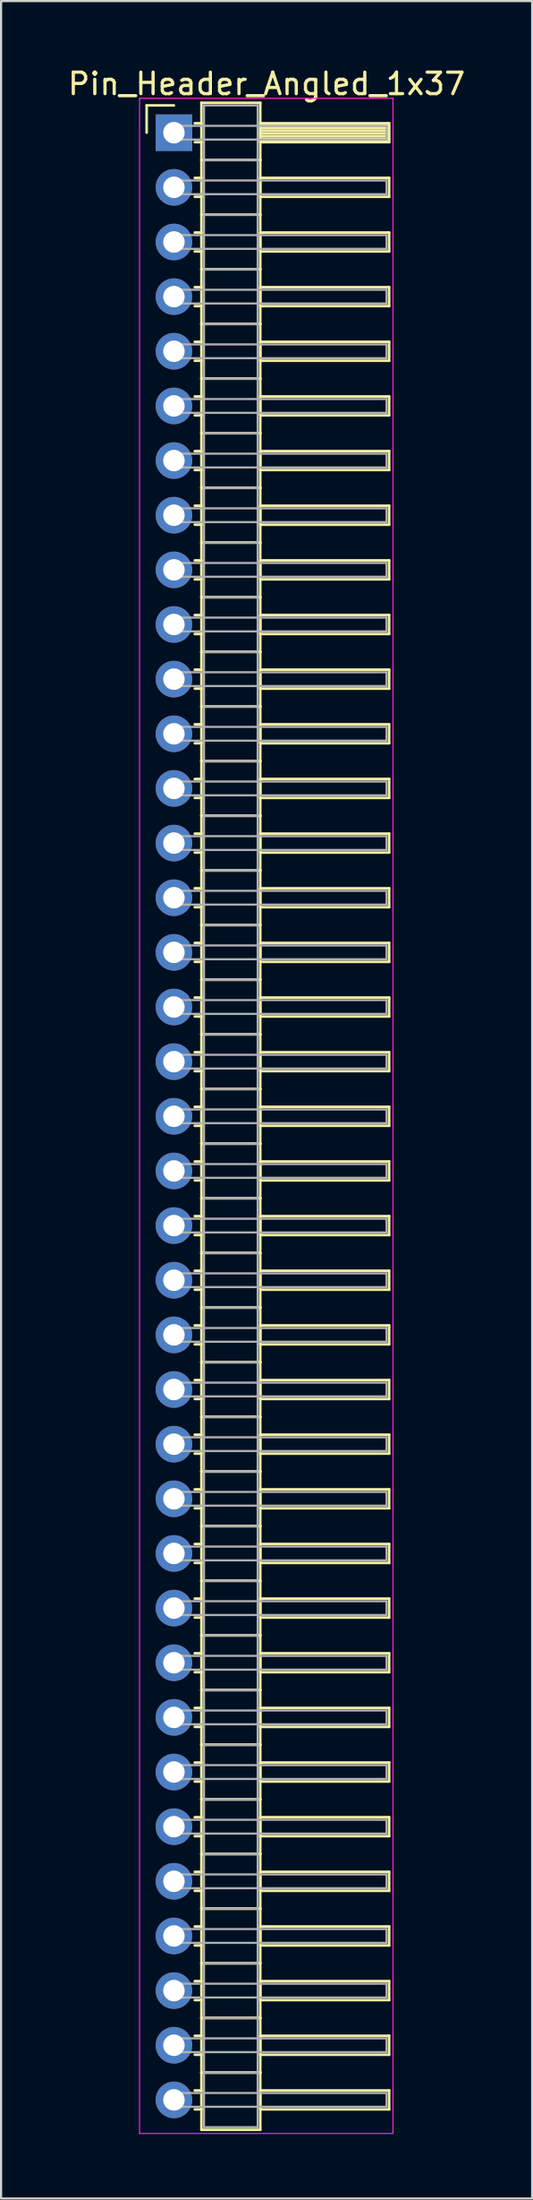
<source format=kicad_pcb>
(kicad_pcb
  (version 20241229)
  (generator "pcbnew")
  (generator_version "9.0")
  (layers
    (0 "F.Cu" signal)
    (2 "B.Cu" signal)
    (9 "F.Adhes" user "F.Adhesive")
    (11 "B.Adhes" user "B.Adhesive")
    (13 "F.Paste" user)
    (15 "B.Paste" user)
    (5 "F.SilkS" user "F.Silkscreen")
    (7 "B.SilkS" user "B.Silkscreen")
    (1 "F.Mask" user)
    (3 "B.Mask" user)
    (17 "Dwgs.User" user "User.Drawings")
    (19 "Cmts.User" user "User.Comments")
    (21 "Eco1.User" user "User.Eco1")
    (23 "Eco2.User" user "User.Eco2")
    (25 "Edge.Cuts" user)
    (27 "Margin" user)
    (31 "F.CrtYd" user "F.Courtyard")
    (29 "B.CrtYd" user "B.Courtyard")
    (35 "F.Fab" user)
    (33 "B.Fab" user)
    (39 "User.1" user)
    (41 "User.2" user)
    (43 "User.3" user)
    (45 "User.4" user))
  (footprint "Pin_Header_Angled_1x37"
    (layer "F.Cu")
    (at 5.048 3.118)
    (property "Reference" "Pin_Header_Angled_1x37" (at 4.315 -2.27 0) (layer "F.SilkS") (effects (font (size 1 1) (thickness 0.15))))
    (attr through_hole)
    (fp_line (start -1.27 -1.27) (end 0 -1.27) (stroke (width 0.12) (type solid)) (layer "F.SilkS"))
    (fp_line (start -1.27 0) (end -1.27 -1.27) (stroke (width 0.12) (type solid)) (layer "F.SilkS"))
    (fp_line (start 0.97 -0.44) (end 1.28 -0.44) (stroke (width 0.12) (type solid)) (layer "F.SilkS"))
    (fp_line (start 0.97 0.44) (end 1.28 0.44) (stroke (width 0.12) (type solid)) (layer "F.SilkS"))
    (fp_line (start 0.97 2.1) (end 1.28 2.1) (stroke (width 0.12) (type solid)) (layer "F.SilkS"))
    (fp_line (start 0.97 2.98) (end 1.28 2.98) (stroke (width 0.12) (type solid)) (layer "F.SilkS"))
    (fp_line (start 0.97 4.64) (end 1.28 4.64) (stroke (width 0.12) (type solid)) (layer "F.SilkS"))
    (fp_line (start 0.97 5.52) (end 1.28 5.52) (stroke (width 0.12) (type solid)) (layer "F.SilkS"))
    (fp_line (start 0.97 7.18) (end 1.28 7.18) (stroke (width 0.12) (type solid)) (layer "F.SilkS"))
    (fp_line (start 0.97 8.06) (end 1.28 8.06) (stroke (width 0.12) (type solid)) (layer "F.SilkS"))
    (fp_line (start 0.97 9.72) (end 1.28 9.72) (stroke (width 0.12) (type solid)) (layer "F.SilkS"))
    (fp_line (start 0.97 10.6) (end 1.28 10.6) (stroke (width 0.12) (type solid)) (layer "F.SilkS"))
    (fp_line (start 0.97 12.26) (end 1.28 12.26) (stroke (width 0.12) (type solid)) (layer "F.SilkS"))
    (fp_line (start 0.97 13.14) (end 1.28 13.14) (stroke (width 0.12) (type solid)) (layer "F.SilkS"))
    (fp_line (start 0.97 14.8) (end 1.28 14.8) (stroke (width 0.12) (type solid)) (layer "F.SilkS"))
    (fp_line (start 0.97 15.68) (end 1.28 15.68) (stroke (width 0.12) (type solid)) (layer "F.SilkS"))
    (fp_line (start 0.97 17.34) (end 1.28 17.34) (stroke (width 0.12) (type solid)) (layer "F.SilkS"))
    (fp_line (start 0.97 18.22) (end 1.28 18.22) (stroke (width 0.12) (type solid)) (layer "F.SilkS"))
    (fp_line (start 0.97 19.88) (end 1.28 19.88) (stroke (width 0.12) (type solid)) (layer "F.SilkS"))
    (fp_line (start 0.97 20.76) (end 1.28 20.76) (stroke (width 0.12) (type solid)) (layer "F.SilkS"))
    (fp_line (start 0.97 22.42) (end 1.28 22.42) (stroke (width 0.12) (type solid)) (layer "F.SilkS"))
    (fp_line (start 0.97 23.3) (end 1.28 23.3) (stroke (width 0.12) (type solid)) (layer "F.SilkS"))
    (fp_line (start 0.97 24.96) (end 1.28 24.96) (stroke (width 0.12) (type solid)) (layer "F.SilkS"))
    (fp_line (start 0.97 25.84) (end 1.28 25.84) (stroke (width 0.12) (type solid)) (layer "F.SilkS"))
    (fp_line (start 0.97 27.5) (end 1.28 27.5) (stroke (width 0.12) (type solid)) (layer "F.SilkS"))
    (fp_line (start 0.97 28.38) (end 1.28 28.38) (stroke (width 0.12) (type solid)) (layer "F.SilkS"))
    (fp_line (start 0.97 30.04) (end 1.28 30.04) (stroke (width 0.12) (type solid)) (layer "F.SilkS"))
    (fp_line (start 0.97 30.92) (end 1.28 30.92) (stroke (width 0.12) (type solid)) (layer "F.SilkS"))
    (fp_line (start 0.97 32.58) (end 1.28 32.58) (stroke (width 0.12) (type solid)) (layer "F.SilkS"))
    (fp_line (start 0.97 33.46) (end 1.28 33.46) (stroke (width 0.12) (type solid)) (layer "F.SilkS"))
    (fp_line (start 0.97 35.12) (end 1.28 35.12) (stroke (width 0.12) (type solid)) (layer "F.SilkS"))
    (fp_line (start 0.97 36) (end 1.28 36) (stroke (width 0.12) (type solid)) (layer "F.SilkS"))
    (fp_line (start 0.97 37.66) (end 1.28 37.66) (stroke (width 0.12) (type solid)) (layer "F.SilkS"))
    (fp_line (start 0.97 38.54) (end 1.28 38.54) (stroke (width 0.12) (type solid)) (layer "F.SilkS"))
    (fp_line (start 0.97 40.2) (end 1.28 40.2) (stroke (width 0.12) (type solid)) (layer "F.SilkS"))
    (fp_line (start 0.97 41.08) (end 1.28 41.08) (stroke (width 0.12) (type solid)) (layer "F.SilkS"))
    (fp_line (start 0.97 42.74) (end 1.28 42.74) (stroke (width 0.12) (type solid)) (layer "F.SilkS"))
    (fp_line (start 0.97 43.62) (end 1.28 43.62) (stroke (width 0.12) (type solid)) (layer "F.SilkS"))
    (fp_line (start 0.97 45.28) (end 1.28 45.28) (stroke (width 0.12) (type solid)) (layer "F.SilkS"))
    (fp_line (start 0.97 46.16) (end 1.28 46.16) (stroke (width 0.12) (type solid)) (layer "F.SilkS"))
    (fp_line (start 0.97 47.82) (end 1.28 47.82) (stroke (width 0.12) (type solid)) (layer "F.SilkS"))
    (fp_line (start 0.97 48.7) (end 1.28 48.7) (stroke (width 0.12) (type solid)) (layer "F.SilkS"))
    (fp_line (start 0.97 50.36) (end 1.28 50.36) (stroke (width 0.12) (type solid)) (layer "F.SilkS"))
    (fp_line (start 0.97 51.24) (end 1.28 51.24) (stroke (width 0.12) (type solid)) (layer "F.SilkS"))
    (fp_line (start 0.97 52.9) (end 1.28 52.9) (stroke (width 0.12) (type solid)) (layer "F.SilkS"))
    (fp_line (start 0.97 53.78) (end 1.28 53.78) (stroke (width 0.12) (type solid)) (layer "F.SilkS"))
    (fp_line (start 0.97 55.44) (end 1.28 55.44) (stroke (width 0.12) (type solid)) (layer "F.SilkS"))
    (fp_line (start 0.97 56.32) (end 1.28 56.32) (stroke (width 0.12) (type solid)) (layer "F.SilkS"))
    (fp_line (start 0.97 57.98) (end 1.28 57.98) (stroke (width 0.12) (type solid)) (layer "F.SilkS"))
    (fp_line (start 0.97 58.86) (end 1.28 58.86) (stroke (width 0.12) (type solid)) (layer "F.SilkS"))
    (fp_line (start 0.97 60.52) (end 1.28 60.52) (stroke (width 0.12) (type solid)) (layer "F.SilkS"))
    (fp_line (start 0.97 61.4) (end 1.28 61.4) (stroke (width 0.12) (type solid)) (layer "F.SilkS"))
    (fp_line (start 0.97 63.06) (end 1.28 63.06) (stroke (width 0.12) (type solid)) (layer "F.SilkS"))
    (fp_line (start 0.97 63.94) (end 1.28 63.94) (stroke (width 0.12) (type solid)) (layer "F.SilkS"))
    (fp_line (start 0.97 65.6) (end 1.28 65.6) (stroke (width 0.12) (type solid)) (layer "F.SilkS"))
    (fp_line (start 0.97 66.48) (end 1.28 66.48) (stroke (width 0.12) (type solid)) (layer "F.SilkS"))
    (fp_line (start 0.97 68.14) (end 1.28 68.14) (stroke (width 0.12) (type solid)) (layer "F.SilkS"))
    (fp_line (start 0.97 69.02) (end 1.28 69.02) (stroke (width 0.12) (type solid)) (layer "F.SilkS"))
    (fp_line (start 0.97 70.68) (end 1.28 70.68) (stroke (width 0.12) (type solid)) (layer "F.SilkS"))
    (fp_line (start 0.97 71.56) (end 1.28 71.56) (stroke (width 0.12) (type solid)) (layer "F.SilkS"))
    (fp_line (start 0.97 73.22) (end 1.28 73.22) (stroke (width 0.12) (type solid)) (layer "F.SilkS"))
    (fp_line (start 0.97 74.1) (end 1.28 74.1) (stroke (width 0.12) (type solid)) (layer "F.SilkS"))
    (fp_line (start 0.97 75.76) (end 1.28 75.76) (stroke (width 0.12) (type solid)) (layer "F.SilkS"))
    (fp_line (start 0.97 76.64) (end 1.28 76.64) (stroke (width 0.12) (type solid)) (layer "F.SilkS"))
    (fp_line (start 0.97 78.3) (end 1.28 78.3) (stroke (width 0.12) (type solid)) (layer "F.SilkS"))
    (fp_line (start 0.97 79.18) (end 1.28 79.18) (stroke (width 0.12) (type solid)) (layer "F.SilkS"))
    (fp_line (start 0.97 80.84) (end 1.28 80.84) (stroke (width 0.12) (type solid)) (layer "F.SilkS"))
    (fp_line (start 0.97 81.72) (end 1.28 81.72) (stroke (width 0.12) (type solid)) (layer "F.SilkS"))
    (fp_line (start 0.97 83.38) (end 1.28 83.38) (stroke (width 0.12) (type solid)) (layer "F.SilkS"))
    (fp_line (start 0.97 84.26) (end 1.28 84.26) (stroke (width 0.12) (type solid)) (layer "F.SilkS"))
    (fp_line (start 0.97 85.92) (end 1.28 85.92) (stroke (width 0.12) (type solid)) (layer "F.SilkS"))
    (fp_line (start 0.97 86.8) (end 1.28 86.8) (stroke (width 0.12) (type solid)) (layer "F.SilkS"))
    (fp_line (start 0.97 88.46) (end 1.28 88.46) (stroke (width 0.12) (type solid)) (layer "F.SilkS"))
    (fp_line (start 0.97 89.34) (end 1.28 89.34) (stroke (width 0.12) (type solid)) (layer "F.SilkS"))
    (fp_line (start 0.97 91) (end 1.28 91) (stroke (width 0.12) (type solid)) (layer "F.SilkS"))
    (fp_line (start 0.97 91.88) (end 1.28 91.88) (stroke (width 0.12) (type solid)) (layer "F.SilkS"))
    (fp_line (start 1.28 -1.39) (end 1.28 1.27) (stroke (width 0.12) (type solid)) (layer "F.SilkS"))
    (fp_line (start 1.28 1.27) (end 1.28 3.81) (stroke (width 0.12) (type solid)) (layer "F.SilkS"))
    (fp_line (start 1.28 1.27) (end 4.02 1.27) (stroke (width 0.12) (type solid)) (layer "F.SilkS"))
    (fp_line (start 1.28 3.81) (end 1.28 6.35) (stroke (width 0.12) (type solid)) (layer "F.SilkS"))
    (fp_line (start 1.28 3.81) (end 4.02 3.81) (stroke (width 0.12) (type solid)) (layer "F.SilkS"))
    (fp_line (start 1.28 6.35) (end 1.28 8.89) (stroke (width 0.12) (type solid)) (layer "F.SilkS"))
    (fp_line (start 1.28 6.35) (end 4.02 6.35) (stroke (width 0.12) (type solid)) (layer "F.SilkS"))
    (fp_line (start 1.28 8.89) (end 1.28 11.43) (stroke (width 0.12) (type solid)) (layer "F.SilkS"))
    (fp_line (start 1.28 8.89) (end 4.02 8.89) (stroke (width 0.12) (type solid)) (layer "F.SilkS"))
    (fp_line (start 1.28 11.43) (end 1.28 13.97) (stroke (width 0.12) (type solid)) (layer "F.SilkS"))
    (fp_line (start 1.28 11.43) (end 4.02 11.43) (stroke (width 0.12) (type solid)) (layer "F.SilkS"))
    (fp_line (start 1.28 13.97) (end 1.28 16.51) (stroke (width 0.12) (type solid)) (layer "F.SilkS"))
    (fp_line (start 1.28 13.97) (end 4.02 13.97) (stroke (width 0.12) (type solid)) (layer "F.SilkS"))
    (fp_line (start 1.28 16.51) (end 1.28 19.05) (stroke (width 0.12) (type solid)) (layer "F.SilkS"))
    (fp_line (start 1.28 16.51) (end 4.02 16.51) (stroke (width 0.12) (type solid)) (layer "F.SilkS"))
    (fp_line (start 1.28 19.05) (end 1.28 21.59) (stroke (width 0.12) (type solid)) (layer "F.SilkS"))
    (fp_line (start 1.28 19.05) (end 4.02 19.05) (stroke (width 0.12) (type solid)) (layer "F.SilkS"))
    (fp_line (start 1.28 21.59) (end 1.28 24.13) (stroke (width 0.12) (type solid)) (layer "F.SilkS"))
    (fp_line (start 1.28 21.59) (end 4.02 21.59) (stroke (width 0.12) (type solid)) (layer "F.SilkS"))
    (fp_line (start 1.28 24.13) (end 1.28 26.67) (stroke (width 0.12) (type solid)) (layer "F.SilkS"))
    (fp_line (start 1.28 24.13) (end 4.02 24.13) (stroke (width 0.12) (type solid)) (layer "F.SilkS"))
    (fp_line (start 1.28 26.67) (end 1.28 29.21) (stroke (width 0.12) (type solid)) (layer "F.SilkS"))
    (fp_line (start 1.28 26.67) (end 4.02 26.67) (stroke (width 0.12) (type solid)) (layer "F.SilkS"))
    (fp_line (start 1.28 29.21) (end 1.28 31.75) (stroke (width 0.12) (type solid)) (layer "F.SilkS"))
    (fp_line (start 1.28 29.21) (end 4.02 29.21) (stroke (width 0.12) (type solid)) (layer "F.SilkS"))
    (fp_line (start 1.28 31.75) (end 1.28 34.29) (stroke (width 0.12) (type solid)) (layer "F.SilkS"))
    (fp_line (start 1.28 31.75) (end 4.02 31.75) (stroke (width 0.12) (type solid)) (layer "F.SilkS"))
    (fp_line (start 1.28 34.29) (end 1.28 36.83) (stroke (width 0.12) (type solid)) (layer "F.SilkS"))
    (fp_line (start 1.28 34.29) (end 4.02 34.29) (stroke (width 0.12) (type solid)) (layer "F.SilkS"))
    (fp_line (start 1.28 36.83) (end 1.28 39.37) (stroke (width 0.12) (type solid)) (layer "F.SilkS"))
    (fp_line (start 1.28 36.83) (end 4.02 36.83) (stroke (width 0.12) (type solid)) (layer "F.SilkS"))
    (fp_line (start 1.28 39.37) (end 1.28 41.91) (stroke (width 0.12) (type solid)) (layer "F.SilkS"))
    (fp_line (start 1.28 39.37) (end 4.02 39.37) (stroke (width 0.12) (type solid)) (layer "F.SilkS"))
    (fp_line (start 1.28 41.91) (end 1.28 44.45) (stroke (width 0.12) (type solid)) (layer "F.SilkS"))
    (fp_line (start 1.28 41.91) (end 4.02 41.91) (stroke (width 0.12) (type solid)) (layer "F.SilkS"))
    (fp_line (start 1.28 44.45) (end 1.28 46.99) (stroke (width 0.12) (type solid)) (layer "F.SilkS"))
    (fp_line (start 1.28 44.45) (end 4.02 44.45) (stroke (width 0.12) (type solid)) (layer "F.SilkS"))
    (fp_line (start 1.28 46.99) (end 1.28 49.53) (stroke (width 0.12) (type solid)) (layer "F.SilkS"))
    (fp_line (start 1.28 46.99) (end 4.02 46.99) (stroke (width 0.12) (type solid)) (layer "F.SilkS"))
    (fp_line (start 1.28 49.53) (end 1.28 52.07) (stroke (width 0.12) (type solid)) (layer "F.SilkS"))
    (fp_line (start 1.28 49.53) (end 4.02 49.53) (stroke (width 0.12) (type solid)) (layer "F.SilkS"))
    (fp_line (start 1.28 52.07) (end 1.28 54.61) (stroke (width 0.12) (type solid)) (layer "F.SilkS"))
    (fp_line (start 1.28 52.07) (end 4.02 52.07) (stroke (width 0.12) (type solid)) (layer "F.SilkS"))
    (fp_line (start 1.28 54.61) (end 1.28 57.15) (stroke (width 0.12) (type solid)) (layer "F.SilkS"))
    (fp_line (start 1.28 54.61) (end 4.02 54.61) (stroke (width 0.12) (type solid)) (layer "F.SilkS"))
    (fp_line (start 1.28 57.15) (end 1.28 59.69) (stroke (width 0.12) (type solid)) (layer "F.SilkS"))
    (fp_line (start 1.28 57.15) (end 4.02 57.15) (stroke (width 0.12) (type solid)) (layer "F.SilkS"))
    (fp_line (start 1.28 59.69) (end 1.28 62.23) (stroke (width 0.12) (type solid)) (layer "F.SilkS"))
    (fp_line (start 1.28 59.69) (end 4.02 59.69) (stroke (width 0.12) (type solid)) (layer "F.SilkS"))
    (fp_line (start 1.28 62.23) (end 1.28 64.77) (stroke (width 0.12) (type solid)) (layer "F.SilkS"))
    (fp_line (start 1.28 62.23) (end 4.02 62.23) (stroke (width 0.12) (type solid)) (layer "F.SilkS"))
    (fp_line (start 1.28 64.77) (end 1.28 67.31) (stroke (width 0.12) (type solid)) (layer "F.SilkS"))
    (fp_line (start 1.28 64.77) (end 4.02 64.77) (stroke (width 0.12) (type solid)) (layer "F.SilkS"))
    (fp_line (start 1.28 67.31) (end 1.28 69.85) (stroke (width 0.12) (type solid)) (layer "F.SilkS"))
    (fp_line (start 1.28 67.31) (end 4.02 67.31) (stroke (width 0.12) (type solid)) (layer "F.SilkS"))
    (fp_line (start 1.28 69.85) (end 1.28 72.39) (stroke (width 0.12) (type solid)) (layer "F.SilkS"))
    (fp_line (start 1.28 69.85) (end 4.02 69.85) (stroke (width 0.12) (type solid)) (layer "F.SilkS"))
    (fp_line (start 1.28 72.39) (end 1.28 74.93) (stroke (width 0.12) (type solid)) (layer "F.SilkS"))
    (fp_line (start 1.28 72.39) (end 4.02 72.39) (stroke (width 0.12) (type solid)) (layer "F.SilkS"))
    (fp_line (start 1.28 74.93) (end 1.28 77.47) (stroke (width 0.12) (type solid)) (layer "F.SilkS"))
    (fp_line (start 1.28 74.93) (end 4.02 74.93) (stroke (width 0.12) (type solid)) (layer "F.SilkS"))
    (fp_line (start 1.28 77.47) (end 1.28 80.01) (stroke (width 0.12) (type solid)) (layer "F.SilkS"))
    (fp_line (start 1.28 77.47) (end 4.02 77.47) (stroke (width 0.12) (type solid)) (layer "F.SilkS"))
    (fp_line (start 1.28 80.01) (end 1.28 82.55) (stroke (width 0.12) (type solid)) (layer "F.SilkS"))
    (fp_line (start 1.28 80.01) (end 4.02 80.01) (stroke (width 0.12) (type solid)) (layer "F.SilkS"))
    (fp_line (start 1.28 82.55) (end 1.28 85.09) (stroke (width 0.12) (type solid)) (layer "F.SilkS"))
    (fp_line (start 1.28 82.55) (end 4.02 82.55) (stroke (width 0.12) (type solid)) (layer "F.SilkS"))
    (fp_line (start 1.28 85.09) (end 1.28 87.63) (stroke (width 0.12) (type solid)) (layer "F.SilkS"))
    (fp_line (start 1.28 85.09) (end 4.02 85.09) (stroke (width 0.12) (type solid)) (layer "F.SilkS"))
    (fp_line (start 1.28 87.63) (end 1.28 90.17) (stroke (width 0.12) (type solid)) (layer "F.SilkS"))
    (fp_line (start 1.28 87.63) (end 4.02 87.63) (stroke (width 0.12) (type solid)) (layer "F.SilkS"))
    (fp_line (start 1.28 90.17) (end 1.28 92.83) (stroke (width 0.12) (type solid)) (layer "F.SilkS"))
    (fp_line (start 1.28 90.17) (end 4.02 90.17) (stroke (width 0.12) (type solid)) (layer "F.SilkS"))
    (fp_line (start 1.28 92.83) (end 4.02 92.83) (stroke (width 0.12) (type solid)) (layer "F.SilkS"))
    (fp_line (start 4.02 -1.39) (end 1.28 -1.39) (stroke (width 0.12) (type solid)) (layer "F.SilkS"))
    (fp_line (start 4.02 -0.44) (end 4.02 0.44) (stroke (width 0.12) (type solid)) (layer "F.SilkS"))
    (fp_line (start 4.02 -0.32) (end 10.02 -0.32) (stroke (width 0.12) (type solid)) (layer "F.SilkS"))
    (fp_line (start 4.02 -0.2) (end 10.02 -0.2) (stroke (width 0.12) (type solid)) (layer "F.SilkS"))
    (fp_line (start 4.02 -0.08) (end 10.02 -0.08) (stroke (width 0.12) (type solid)) (layer "F.SilkS"))
    (fp_line (start 4.02 0.04) (end 10.02 0.04) (stroke (width 0.12) (type solid)) (layer "F.SilkS"))
    (fp_line (start 4.02 0.16) (end 10.02 0.16) (stroke (width 0.12) (type solid)) (layer "F.SilkS"))
    (fp_line (start 4.02 0.28) (end 10.02 0.28) (stroke (width 0.12) (type solid)) (layer "F.SilkS"))
    (fp_line (start 4.02 0.4) (end 10.02 0.4) (stroke (width 0.12) (type solid)) (layer "F.SilkS"))
    (fp_line (start 4.02 0.44) (end 10.02 0.44) (stroke (width 0.12) (type solid)) (layer "F.SilkS"))
    (fp_line (start 4.02 1.27) (end 1.28 1.27) (stroke (width 0.12) (type solid)) (layer "F.SilkS"))
    (fp_line (start 4.02 1.27) (end 4.02 -1.39) (stroke (width 0.12) (type solid)) (layer "F.SilkS"))
    (fp_line (start 4.02 2.1) (end 4.02 2.98) (stroke (width 0.12) (type solid)) (layer "F.SilkS"))
    (fp_line (start 4.02 2.98) (end 10.02 2.98) (stroke (width 0.12) (type solid)) (layer "F.SilkS"))
    (fp_line (start 4.02 3.81) (end 1.28 3.81) (stroke (width 0.12) (type solid)) (layer "F.SilkS"))
    (fp_line (start 4.02 3.81) (end 4.02 1.27) (stroke (width 0.12) (type solid)) (layer "F.SilkS"))
    (fp_line (start 4.02 4.64) (end 4.02 5.52) (stroke (width 0.12) (type solid)) (layer "F.SilkS"))
    (fp_line (start 4.02 5.52) (end 10.02 5.52) (stroke (width 0.12) (type solid)) (layer "F.SilkS"))
    (fp_line (start 4.02 6.35) (end 1.28 6.35) (stroke (width 0.12) (type solid)) (layer "F.SilkS"))
    (fp_line (start 4.02 6.35) (end 4.02 3.81) (stroke (width 0.12) (type solid)) (layer "F.SilkS"))
    (fp_line (start 4.02 7.18) (end 4.02 8.06) (stroke (width 0.12) (type solid)) (layer "F.SilkS"))
    (fp_line (start 4.02 8.06) (end 10.02 8.06) (stroke (width 0.12) (type solid)) (layer "F.SilkS"))
    (fp_line (start 4.02 8.89) (end 1.28 8.89) (stroke (width 0.12) (type solid)) (layer "F.SilkS"))
    (fp_line (start 4.02 8.89) (end 4.02 6.35) (stroke (width 0.12) (type solid)) (layer "F.SilkS"))
    (fp_line (start 4.02 9.72) (end 4.02 10.6) (stroke (width 0.12) (type solid)) (layer "F.SilkS"))
    (fp_line (start 4.02 10.6) (end 10.02 10.6) (stroke (width 0.12) (type solid)) (layer "F.SilkS"))
    (fp_line (start 4.02 11.43) (end 1.28 11.43) (stroke (width 0.12) (type solid)) (layer "F.SilkS"))
    (fp_line (start 4.02 11.43) (end 4.02 8.89) (stroke (width 0.12) (type solid)) (layer "F.SilkS"))
    (fp_line (start 4.02 12.26) (end 4.02 13.14) (stroke (width 0.12) (type solid)) (layer "F.SilkS"))
    (fp_line (start 4.02 13.14) (end 10.02 13.14) (stroke (width 0.12) (type solid)) (layer "F.SilkS"))
    (fp_line (start 4.02 13.97) (end 1.28 13.97) (stroke (width 0.12) (type solid)) (layer "F.SilkS"))
    (fp_line (start 4.02 13.97) (end 4.02 11.43) (stroke (width 0.12) (type solid)) (layer "F.SilkS"))
    (fp_line (start 4.02 14.8) (end 4.02 15.68) (stroke (width 0.12) (type solid)) (layer "F.SilkS"))
    (fp_line (start 4.02 15.68) (end 10.02 15.68) (stroke (width 0.12) (type solid)) (layer "F.SilkS"))
    (fp_line (start 4.02 16.51) (end 1.28 16.51) (stroke (width 0.12) (type solid)) (layer "F.SilkS"))
    (fp_line (start 4.02 16.51) (end 4.02 13.97) (stroke (width 0.12) (type solid)) (layer "F.SilkS"))
    (fp_line (start 4.02 17.34) (end 4.02 18.22) (stroke (width 0.12) (type solid)) (layer "F.SilkS"))
    (fp_line (start 4.02 18.22) (end 10.02 18.22) (stroke (width 0.12) (type solid)) (layer "F.SilkS"))
    (fp_line (start 4.02 19.05) (end 1.28 19.05) (stroke (width 0.12) (type solid)) (layer "F.SilkS"))
    (fp_line (start 4.02 19.05) (end 4.02 16.51) (stroke (width 0.12) (type solid)) (layer "F.SilkS"))
    (fp_line (start 4.02 19.88) (end 4.02 20.76) (stroke (width 0.12) (type solid)) (layer "F.SilkS"))
    (fp_line (start 4.02 20.76) (end 10.02 20.76) (stroke (width 0.12) (type solid)) (layer "F.SilkS"))
    (fp_line (start 4.02 21.59) (end 1.28 21.59) (stroke (width 0.12) (type solid)) (layer "F.SilkS"))
    (fp_line (start 4.02 21.59) (end 4.02 19.05) (stroke (width 0.12) (type solid)) (layer "F.SilkS"))
    (fp_line (start 4.02 22.42) (end 4.02 23.3) (stroke (width 0.12) (type solid)) (layer "F.SilkS"))
    (fp_line (start 4.02 23.3) (end 10.02 23.3) (stroke (width 0.12) (type solid)) (layer "F.SilkS"))
    (fp_line (start 4.02 24.13) (end 1.28 24.13) (stroke (width 0.12) (type solid)) (layer "F.SilkS"))
    (fp_line (start 4.02 24.13) (end 4.02 21.59) (stroke (width 0.12) (type solid)) (layer "F.SilkS"))
    (fp_line (start 4.02 24.96) (end 4.02 25.84) (stroke (width 0.12) (type solid)) (layer "F.SilkS"))
    (fp_line (start 4.02 25.84) (end 10.02 25.84) (stroke (width 0.12) (type solid)) (layer "F.SilkS"))
    (fp_line (start 4.02 26.67) (end 1.28 26.67) (stroke (width 0.12) (type solid)) (layer "F.SilkS"))
    (fp_line (start 4.02 26.67) (end 4.02 24.13) (stroke (width 0.12) (type solid)) (layer "F.SilkS"))
    (fp_line (start 4.02 27.5) (end 4.02 28.38) (stroke (width 0.12) (type solid)) (layer "F.SilkS"))
    (fp_line (start 4.02 28.38) (end 10.02 28.38) (stroke (width 0.12) (type solid)) (layer "F.SilkS"))
    (fp_line (start 4.02 29.21) (end 1.28 29.21) (stroke (width 0.12) (type solid)) (layer "F.SilkS"))
    (fp_line (start 4.02 29.21) (end 4.02 26.67) (stroke (width 0.12) (type solid)) (layer "F.SilkS"))
    (fp_line (start 4.02 30.04) (end 4.02 30.92) (stroke (width 0.12) (type solid)) (layer "F.SilkS"))
    (fp_line (start 4.02 30.92) (end 10.02 30.92) (stroke (width 0.12) (type solid)) (layer "F.SilkS"))
    (fp_line (start 4.02 31.75) (end 1.28 31.75) (stroke (width 0.12) (type solid)) (layer "F.SilkS"))
    (fp_line (start 4.02 31.75) (end 4.02 29.21) (stroke (width 0.12) (type solid)) (layer "F.SilkS"))
    (fp_line (start 4.02 32.58) (end 4.02 33.46) (stroke (width 0.12) (type solid)) (layer "F.SilkS"))
    (fp_line (start 4.02 33.46) (end 10.02 33.46) (stroke (width 0.12) (type solid)) (layer "F.SilkS"))
    (fp_line (start 4.02 34.29) (end 1.28 34.29) (stroke (width 0.12) (type solid)) (layer "F.SilkS"))
    (fp_line (start 4.02 34.29) (end 4.02 31.75) (stroke (width 0.12) (type solid)) (layer "F.SilkS"))
    (fp_line (start 4.02 35.12) (end 4.02 36) (stroke (width 0.12) (type solid)) (layer "F.SilkS"))
    (fp_line (start 4.02 36) (end 10.02 36) (stroke (width 0.12) (type solid)) (layer "F.SilkS"))
    (fp_line (start 4.02 36.83) (end 1.28 36.83) (stroke (width 0.12) (type solid)) (layer "F.SilkS"))
    (fp_line (start 4.02 36.83) (end 4.02 34.29) (stroke (width 0.12) (type solid)) (layer "F.SilkS"))
    (fp_line (start 4.02 37.66) (end 4.02 38.54) (stroke (width 0.12) (type solid)) (layer "F.SilkS"))
    (fp_line (start 4.02 38.54) (end 10.02 38.54) (stroke (width 0.12) (type solid)) (layer "F.SilkS"))
    (fp_line (start 4.02 39.37) (end 1.28 39.37) (stroke (width 0.12) (type solid)) (layer "F.SilkS"))
    (fp_line (start 4.02 39.37) (end 4.02 36.83) (stroke (width 0.12) (type solid)) (layer "F.SilkS"))
    (fp_line (start 4.02 40.2) (end 4.02 41.08) (stroke (width 0.12) (type solid)) (layer "F.SilkS"))
    (fp_line (start 4.02 41.08) (end 10.02 41.08) (stroke (width 0.12) (type solid)) (layer "F.SilkS"))
    (fp_line (start 4.02 41.91) (end 1.28 41.91) (stroke (width 0.12) (type solid)) (layer "F.SilkS"))
    (fp_line (start 4.02 41.91) (end 4.02 39.37) (stroke (width 0.12) (type solid)) (layer "F.SilkS"))
    (fp_line (start 4.02 42.74) (end 4.02 43.62) (stroke (width 0.12) (type solid)) (layer "F.SilkS"))
    (fp_line (start 4.02 43.62) (end 10.02 43.62) (stroke (width 0.12) (type solid)) (layer "F.SilkS"))
    (fp_line (start 4.02 44.45) (end 1.28 44.45) (stroke (width 0.12) (type solid)) (layer "F.SilkS"))
    (fp_line (start 4.02 44.45) (end 4.02 41.91) (stroke (width 0.12) (type solid)) (layer "F.SilkS"))
    (fp_line (start 4.02 45.28) (end 4.02 46.16) (stroke (width 0.12) (type solid)) (layer "F.SilkS"))
    (fp_line (start 4.02 46.16) (end 10.02 46.16) (stroke (width 0.12) (type solid)) (layer "F.SilkS"))
    (fp_line (start 4.02 46.99) (end 1.28 46.99) (stroke (width 0.12) (type solid)) (layer "F.SilkS"))
    (fp_line (start 4.02 46.99) (end 4.02 44.45) (stroke (width 0.12) (type solid)) (layer "F.SilkS"))
    (fp_line (start 4.02 47.82) (end 4.02 48.7) (stroke (width 0.12) (type solid)) (layer "F.SilkS"))
    (fp_line (start 4.02 48.7) (end 10.02 48.7) (stroke (width 0.12) (type solid)) (layer "F.SilkS"))
    (fp_line (start 4.02 49.53) (end 1.28 49.53) (stroke (width 0.12) (type solid)) (layer "F.SilkS"))
    (fp_line (start 4.02 49.53) (end 4.02 46.99) (stroke (width 0.12) (type solid)) (layer "F.SilkS"))
    (fp_line (start 4.02 50.36) (end 4.02 51.24) (stroke (width 0.12) (type solid)) (layer "F.SilkS"))
    (fp_line (start 4.02 51.24) (end 10.02 51.24) (stroke (width 0.12) (type solid)) (layer "F.SilkS"))
    (fp_line (start 4.02 52.07) (end 1.28 52.07) (stroke (width 0.12) (type solid)) (layer "F.SilkS"))
    (fp_line (start 4.02 52.07) (end 4.02 49.53) (stroke (width 0.12) (type solid)) (layer "F.SilkS"))
    (fp_line (start 4.02 52.9) (end 4.02 53.78) (stroke (width 0.12) (type solid)) (layer "F.SilkS"))
    (fp_line (start 4.02 53.78) (end 10.02 53.78) (stroke (width 0.12) (type solid)) (layer "F.SilkS"))
    (fp_line (start 4.02 54.61) (end 1.28 54.61) (stroke (width 0.12) (type solid)) (layer "F.SilkS"))
    (fp_line (start 4.02 54.61) (end 4.02 52.07) (stroke (width 0.12) (type solid)) (layer "F.SilkS"))
    (fp_line (start 4.02 55.44) (end 4.02 56.32) (stroke (width 0.12) (type solid)) (layer "F.SilkS"))
    (fp_line (start 4.02 56.32) (end 10.02 56.32) (stroke (width 0.12) (type solid)) (layer "F.SilkS"))
    (fp_line (start 4.02 57.15) (end 1.28 57.15) (stroke (width 0.12) (type solid)) (layer "F.SilkS"))
    (fp_line (start 4.02 57.15) (end 4.02 54.61) (stroke (width 0.12) (type solid)) (layer "F.SilkS"))
    (fp_line (start 4.02 57.98) (end 4.02 58.86) (stroke (width 0.12) (type solid)) (layer "F.SilkS"))
    (fp_line (start 4.02 58.86) (end 10.02 58.86) (stroke (width 0.12) (type solid)) (layer "F.SilkS"))
    (fp_line (start 4.02 59.69) (end 1.28 59.69) (stroke (width 0.12) (type solid)) (layer "F.SilkS"))
    (fp_line (start 4.02 59.69) (end 4.02 57.15) (stroke (width 0.12) (type solid)) (layer "F.SilkS"))
    (fp_line (start 4.02 60.52) (end 4.02 61.4) (stroke (width 0.12) (type solid)) (layer "F.SilkS"))
    (fp_line (start 4.02 61.4) (end 10.02 61.4) (stroke (width 0.12) (type solid)) (layer "F.SilkS"))
    (fp_line (start 4.02 62.23) (end 1.28 62.23) (stroke (width 0.12) (type solid)) (layer "F.SilkS"))
    (fp_line (start 4.02 62.23) (end 4.02 59.69) (stroke (width 0.12) (type solid)) (layer "F.SilkS"))
    (fp_line (start 4.02 63.06) (end 4.02 63.94) (stroke (width 0.12) (type solid)) (layer "F.SilkS"))
    (fp_line (start 4.02 63.94) (end 10.02 63.94) (stroke (width 0.12) (type solid)) (layer "F.SilkS"))
    (fp_line (start 4.02 64.77) (end 1.28 64.77) (stroke (width 0.12) (type solid)) (layer "F.SilkS"))
    (fp_line (start 4.02 64.77) (end 4.02 62.23) (stroke (width 0.12) (type solid)) (layer "F.SilkS"))
    (fp_line (start 4.02 65.6) (end 4.02 66.48) (stroke (width 0.12) (type solid)) (layer "F.SilkS"))
    (fp_line (start 4.02 66.48) (end 10.02 66.48) (stroke (width 0.12) (type solid)) (layer "F.SilkS"))
    (fp_line (start 4.02 67.31) (end 1.28 67.31) (stroke (width 0.12) (type solid)) (layer "F.SilkS"))
    (fp_line (start 4.02 67.31) (end 4.02 64.77) (stroke (width 0.12) (type solid)) (layer "F.SilkS"))
    (fp_line (start 4.02 68.14) (end 4.02 69.02) (stroke (width 0.12) (type solid)) (layer "F.SilkS"))
    (fp_line (start 4.02 69.02) (end 10.02 69.02) (stroke (width 0.12) (type solid)) (layer "F.SilkS"))
    (fp_line (start 4.02 69.85) (end 1.28 69.85) (stroke (width 0.12) (type solid)) (layer "F.SilkS"))
    (fp_line (start 4.02 69.85) (end 4.02 67.31) (stroke (width 0.12) (type solid)) (layer "F.SilkS"))
    (fp_line (start 4.02 70.68) (end 4.02 71.56) (stroke (width 0.12) (type solid)) (layer "F.SilkS"))
    (fp_line (start 4.02 71.56) (end 10.02 71.56) (stroke (width 0.12) (type solid)) (layer "F.SilkS"))
    (fp_line (start 4.02 72.39) (end 1.28 72.39) (stroke (width 0.12) (type solid)) (layer "F.SilkS"))
    (fp_line (start 4.02 72.39) (end 4.02 69.85) (stroke (width 0.12) (type solid)) (layer "F.SilkS"))
    (fp_line (start 4.02 73.22) (end 4.02 74.1) (stroke (width 0.12) (type solid)) (layer "F.SilkS"))
    (fp_line (start 4.02 74.1) (end 10.02 74.1) (stroke (width 0.12) (type solid)) (layer "F.SilkS"))
    (fp_line (start 4.02 74.93) (end 1.28 74.93) (stroke (width 0.12) (type solid)) (layer "F.SilkS"))
    (fp_line (start 4.02 74.93) (end 4.02 72.39) (stroke (width 0.12) (type solid)) (layer "F.SilkS"))
    (fp_line (start 4.02 75.76) (end 4.02 76.64) (stroke (width 0.12) (type solid)) (layer "F.SilkS"))
    (fp_line (start 4.02 76.64) (end 10.02 76.64) (stroke (width 0.12) (type solid)) (layer "F.SilkS"))
    (fp_line (start 4.02 77.47) (end 1.28 77.47) (stroke (width 0.12) (type solid)) (layer "F.SilkS"))
    (fp_line (start 4.02 77.47) (end 4.02 74.93) (stroke (width 0.12) (type solid)) (layer "F.SilkS"))
    (fp_line (start 4.02 78.3) (end 4.02 79.18) (stroke (width 0.12) (type solid)) (layer "F.SilkS"))
    (fp_line (start 4.02 79.18) (end 10.02 79.18) (stroke (width 0.12) (type solid)) (layer "F.SilkS"))
    (fp_line (start 4.02 80.01) (end 1.28 80.01) (stroke (width 0.12) (type solid)) (layer "F.SilkS"))
    (fp_line (start 4.02 80.01) (end 4.02 77.47) (stroke (width 0.12) (type solid)) (layer "F.SilkS"))
    (fp_line (start 4.02 80.84) (end 4.02 81.72) (stroke (width 0.12) (type solid)) (layer "F.SilkS"))
    (fp_line (start 4.02 81.72) (end 10.02 81.72) (stroke (width 0.12) (type solid)) (layer "F.SilkS"))
    (fp_line (start 4.02 82.55) (end 1.28 82.55) (stroke (width 0.12) (type solid)) (layer "F.SilkS"))
    (fp_line (start 4.02 82.55) (end 4.02 80.01) (stroke (width 0.12) (type solid)) (layer "F.SilkS"))
    (fp_line (start 4.02 83.38) (end 4.02 84.26) (stroke (width 0.12) (type solid)) (layer "F.SilkS"))
    (fp_line (start 4.02 84.26) (end 10.02 84.26) (stroke (width 0.12) (type solid)) (layer "F.SilkS"))
    (fp_line (start 4.02 85.09) (end 1.28 85.09) (stroke (width 0.12) (type solid)) (layer "F.SilkS"))
    (fp_line (start 4.02 85.09) (end 4.02 82.55) (stroke (width 0.12) (type solid)) (layer "F.SilkS"))
    (fp_line (start 4.02 85.92) (end 4.02 86.8) (stroke (width 0.12) (type solid)) (layer "F.SilkS"))
    (fp_line (start 4.02 86.8) (end 10.02 86.8) (stroke (width 0.12) (type solid)) (layer "F.SilkS"))
    (fp_line (start 4.02 87.63) (end 1.28 87.63) (stroke (width 0.12) (type solid)) (layer "F.SilkS"))
    (fp_line (start 4.02 87.63) (end 4.02 85.09) (stroke (width 0.12) (type solid)) (layer "F.SilkS"))
    (fp_line (start 4.02 88.46) (end 4.02 89.34) (stroke (width 0.12) (type solid)) (layer "F.SilkS"))
    (fp_line (start 4.02 89.34) (end 10.02 89.34) (stroke (width 0.12) (type solid)) (layer "F.SilkS"))
    (fp_line (start 4.02 90.17) (end 1.28 90.17) (stroke (width 0.12) (type solid)) (layer "F.SilkS"))
    (fp_line (start 4.02 90.17) (end 4.02 87.63) (stroke (width 0.12) (type solid)) (layer "F.SilkS"))
    (fp_line (start 4.02 91) (end 4.02 91.88) (stroke (width 0.12) (type solid)) (layer "F.SilkS"))
    (fp_line (start 4.02 91.88) (end 10.02 91.88) (stroke (width 0.12) (type solid)) (layer "F.SilkS"))
    (fp_line (start 4.02 92.83) (end 4.02 90.17) (stroke (width 0.12) (type solid)) (layer "F.SilkS"))
    (fp_line (start 10.02 -0.44) (end 4.02 -0.44) (stroke (width 0.12) (type solid)) (layer "F.SilkS"))
    (fp_line (start 10.02 0.44) (end 10.02 -0.44) (stroke (width 0.12) (type solid)) (layer "F.SilkS"))
    (fp_line (start 10.02 2.1) (end 4.02 2.1) (stroke (width 0.12) (type solid)) (layer "F.SilkS"))
    (fp_line (start 10.02 2.98) (end 10.02 2.1) (stroke (width 0.12) (type solid)) (layer "F.SilkS"))
    (fp_line (start 10.02 4.64) (end 4.02 4.64) (stroke (width 0.12) (type solid)) (layer "F.SilkS"))
    (fp_line (start 10.02 5.52) (end 10.02 4.64) (stroke (width 0.12) (type solid)) (layer "F.SilkS"))
    (fp_line (start 10.02 7.18) (end 4.02 7.18) (stroke (width 0.12) (type solid)) (layer "F.SilkS"))
    (fp_line (start 10.02 8.06) (end 10.02 7.18) (stroke (width 0.12) (type solid)) (layer "F.SilkS"))
    (fp_line (start 10.02 9.72) (end 4.02 9.72) (stroke (width 0.12) (type solid)) (layer "F.SilkS"))
    (fp_line (start 10.02 10.6) (end 10.02 9.72) (stroke (width 0.12) (type solid)) (layer "F.SilkS"))
    (fp_line (start 10.02 12.26) (end 4.02 12.26) (stroke (width 0.12) (type solid)) (layer "F.SilkS"))
    (fp_line (start 10.02 13.14) (end 10.02 12.26) (stroke (width 0.12) (type solid)) (layer "F.SilkS"))
    (fp_line (start 10.02 14.8) (end 4.02 14.8) (stroke (width 0.12) (type solid)) (layer "F.SilkS"))
    (fp_line (start 10.02 15.68) (end 10.02 14.8) (stroke (width 0.12) (type solid)) (layer "F.SilkS"))
    (fp_line (start 10.02 17.34) (end 4.02 17.34) (stroke (width 0.12) (type solid)) (layer "F.SilkS"))
    (fp_line (start 10.02 18.22) (end 10.02 17.34) (stroke (width 0.12) (type solid)) (layer "F.SilkS"))
    (fp_line (start 10.02 19.88) (end 4.02 19.88) (stroke (width 0.12) (type solid)) (layer "F.SilkS"))
    (fp_line (start 10.02 20.76) (end 10.02 19.88) (stroke (width 0.12) (type solid)) (layer "F.SilkS"))
    (fp_line (start 10.02 22.42) (end 4.02 22.42) (stroke (width 0.12) (type solid)) (layer "F.SilkS"))
    (fp_line (start 10.02 23.3) (end 10.02 22.42) (stroke (width 0.12) (type solid)) (layer "F.SilkS"))
    (fp_line (start 10.02 24.96) (end 4.02 24.96) (stroke (width 0.12) (type solid)) (layer "F.SilkS"))
    (fp_line (start 10.02 25.84) (end 10.02 24.96) (stroke (width 0.12) (type solid)) (layer "F.SilkS"))
    (fp_line (start 10.02 27.5) (end 4.02 27.5) (stroke (width 0.12) (type solid)) (layer "F.SilkS"))
    (fp_line (start 10.02 28.38) (end 10.02 27.5) (stroke (width 0.12) (type solid)) (layer "F.SilkS"))
    (fp_line (start 10.02 30.04) (end 4.02 30.04) (stroke (width 0.12) (type solid)) (layer "F.SilkS"))
    (fp_line (start 10.02 30.92) (end 10.02 30.04) (stroke (width 0.12) (type solid)) (layer "F.SilkS"))
    (fp_line (start 10.02 32.58) (end 4.02 32.58) (stroke (width 0.12) (type solid)) (layer "F.SilkS"))
    (fp_line (start 10.02 33.46) (end 10.02 32.58) (stroke (width 0.12) (type solid)) (layer "F.SilkS"))
    (fp_line (start 10.02 35.12) (end 4.02 35.12) (stroke (width 0.12) (type solid)) (layer "F.SilkS"))
    (fp_line (start 10.02 36) (end 10.02 35.12) (stroke (width 0.12) (type solid)) (layer "F.SilkS"))
    (fp_line (start 10.02 37.66) (end 4.02 37.66) (stroke (width 0.12) (type solid)) (layer "F.SilkS"))
    (fp_line (start 10.02 38.54) (end 10.02 37.66) (stroke (width 0.12) (type solid)) (layer "F.SilkS"))
    (fp_line (start 10.02 40.2) (end 4.02 40.2) (stroke (width 0.12) (type solid)) (layer "F.SilkS"))
    (fp_line (start 10.02 41.08) (end 10.02 40.2) (stroke (width 0.12) (type solid)) (layer "F.SilkS"))
    (fp_line (start 10.02 42.74) (end 4.02 42.74) (stroke (width 0.12) (type solid)) (layer "F.SilkS"))
    (fp_line (start 10.02 43.62) (end 10.02 42.74) (stroke (width 0.12) (type solid)) (layer "F.SilkS"))
    (fp_line (start 10.02 45.28) (end 4.02 45.28) (stroke (width 0.12) (type solid)) (layer "F.SilkS"))
    (fp_line (start 10.02 46.16) (end 10.02 45.28) (stroke (width 0.12) (type solid)) (layer "F.SilkS"))
    (fp_line (start 10.02 47.82) (end 4.02 47.82) (stroke (width 0.12) (type solid)) (layer "F.SilkS"))
    (fp_line (start 10.02 48.7) (end 10.02 47.82) (stroke (width 0.12) (type solid)) (layer "F.SilkS"))
    (fp_line (start 10.02 50.36) (end 4.02 50.36) (stroke (width 0.12) (type solid)) (layer "F.SilkS"))
    (fp_line (start 10.02 51.24) (end 10.02 50.36) (stroke (width 0.12) (type solid)) (layer "F.SilkS"))
    (fp_line (start 10.02 52.9) (end 4.02 52.9) (stroke (width 0.12) (type solid)) (layer "F.SilkS"))
    (fp_line (start 10.02 53.78) (end 10.02 52.9) (stroke (width 0.12) (type solid)) (layer "F.SilkS"))
    (fp_line (start 10.02 55.44) (end 4.02 55.44) (stroke (width 0.12) (type solid)) (layer "F.SilkS"))
    (fp_line (start 10.02 56.32) (end 10.02 55.44) (stroke (width 0.12) (type solid)) (layer "F.SilkS"))
    (fp_line (start 10.02 57.98) (end 4.02 57.98) (stroke (width 0.12) (type solid)) (layer "F.SilkS"))
    (fp_line (start 10.02 58.86) (end 10.02 57.98) (stroke (width 0.12) (type solid)) (layer "F.SilkS"))
    (fp_line (start 10.02 60.52) (end 4.02 60.52) (stroke (width 0.12) (type solid)) (layer "F.SilkS"))
    (fp_line (start 10.02 61.4) (end 10.02 60.52) (stroke (width 0.12) (type solid)) (layer "F.SilkS"))
    (fp_line (start 10.02 63.06) (end 4.02 63.06) (stroke (width 0.12) (type solid)) (layer "F.SilkS"))
    (fp_line (start 10.02 63.94) (end 10.02 63.06) (stroke (width 0.12) (type solid)) (layer "F.SilkS"))
    (fp_line (start 10.02 65.6) (end 4.02 65.6) (stroke (width 0.12) (type solid)) (layer "F.SilkS"))
    (fp_line (start 10.02 66.48) (end 10.02 65.6) (stroke (width 0.12) (type solid)) (layer "F.SilkS"))
    (fp_line (start 10.02 68.14) (end 4.02 68.14) (stroke (width 0.12) (type solid)) (layer "F.SilkS"))
    (fp_line (start 10.02 69.02) (end 10.02 68.14) (stroke (width 0.12) (type solid)) (layer "F.SilkS"))
    (fp_line (start 10.02 70.68) (end 4.02 70.68) (stroke (width 0.12) (type solid)) (layer "F.SilkS"))
    (fp_line (start 10.02 71.56) (end 10.02 70.68) (stroke (width 0.12) (type solid)) (layer "F.SilkS"))
    (fp_line (start 10.02 73.22) (end 4.02 73.22) (stroke (width 0.12) (type solid)) (layer "F.SilkS"))
    (fp_line (start 10.02 74.1) (end 10.02 73.22) (stroke (width 0.12) (type solid)) (layer "F.SilkS"))
    (fp_line (start 10.02 75.76) (end 4.02 75.76) (stroke (width 0.12) (type solid)) (layer "F.SilkS"))
    (fp_line (start 10.02 76.64) (end 10.02 75.76) (stroke (width 0.12) (type solid)) (layer "F.SilkS"))
    (fp_line (start 10.02 78.3) (end 4.02 78.3) (stroke (width 0.12) (type solid)) (layer "F.SilkS"))
    (fp_line (start 10.02 79.18) (end 10.02 78.3) (stroke (width 0.12) (type solid)) (layer "F.SilkS"))
    (fp_line (start 10.02 80.84) (end 4.02 80.84) (stroke (width 0.12) (type solid)) (layer "F.SilkS"))
    (fp_line (start 10.02 81.72) (end 10.02 80.84) (stroke (width 0.12) (type solid)) (layer "F.SilkS"))
    (fp_line (start 10.02 83.38) (end 4.02 83.38) (stroke (width 0.12) (type solid)) (layer "F.SilkS"))
    (fp_line (start 10.02 84.26) (end 10.02 83.38) (stroke (width 0.12) (type solid)) (layer "F.SilkS"))
    (fp_line (start 10.02 85.92) (end 4.02 85.92) (stroke (width 0.12) (type solid)) (layer "F.SilkS"))
    (fp_line (start 10.02 86.8) (end 10.02 85.92) (stroke (width 0.12) (type solid)) (layer "F.SilkS"))
    (fp_line (start 10.02 88.46) (end 4.02 88.46) (stroke (width 0.12) (type solid)) (layer "F.SilkS"))
    (fp_line (start 10.02 89.34) (end 10.02 88.46) (stroke (width 0.12) (type solid)) (layer "F.SilkS"))
    (fp_line (start 10.02 91) (end 4.02 91) (stroke (width 0.12) (type solid)) (layer "F.SilkS"))
    (fp_line (start 10.02 91.88) (end 10.02 91) (stroke (width 0.12) (type solid)) (layer "F.SilkS"))
    (fp_line (start -1.6 -1.6) (end -1.6 93) (stroke (width 0.05) (type solid)) (layer "F.CrtYd"))
    (fp_line (start -1.6 93) (end 10.2 93) (stroke (width 0.05) (type solid)) (layer "F.CrtYd"))
    (fp_line (start 10.2 -1.6) (end -1.6 -1.6) (stroke (width 0.05) (type solid)) (layer "F.CrtYd"))
    (fp_line (start 10.2 93) (end 10.2 -1.6) (stroke (width 0.05) (type solid)) (layer "F.CrtYd"))
    (fp_line (start 0 -0.32) (end 0 0.32) (stroke (width 0.1) (type solid)) (layer "F.Fab"))
    (fp_line (start 0 0.32) (end 9.9 0.32) (stroke (width 0.1) (type solid)) (layer "F.Fab"))
    (fp_line (start 0 2.22) (end 0 2.86) (stroke (width 0.1) (type solid)) (layer "F.Fab"))
    (fp_line (start 0 2.86) (end 9.9 2.86) (stroke (width 0.1) (type solid)) (layer "F.Fab"))
    (fp_line (start 0 4.76) (end 0 5.4) (stroke (width 0.1) (type solid)) (layer "F.Fab"))
    (fp_line (start 0 5.4) (end 9.9 5.4) (stroke (width 0.1) (type solid)) (layer "F.Fab"))
    (fp_line (start 0 7.3) (end 0 7.94) (stroke (width 0.1) (type solid)) (layer "F.Fab"))
    (fp_line (start 0 7.94) (end 9.9 7.94) (stroke (width 0.1) (type solid)) (layer "F.Fab"))
    (fp_line (start 0 9.84) (end 0 10.48) (stroke (width 0.1) (type solid)) (layer "F.Fab"))
    (fp_line (start 0 10.48) (end 9.9 10.48) (stroke (width 0.1) (type solid)) (layer "F.Fab"))
    (fp_line (start 0 12.38) (end 0 13.02) (stroke (width 0.1) (type solid)) (layer "F.Fab"))
    (fp_line (start 0 13.02) (end 9.9 13.02) (stroke (width 0.1) (type solid)) (layer "F.Fab"))
    (fp_line (start 0 14.92) (end 0 15.56) (stroke (width 0.1) (type solid)) (layer "F.Fab"))
    (fp_line (start 0 15.56) (end 9.9 15.56) (stroke (width 0.1) (type solid)) (layer "F.Fab"))
    (fp_line (start 0 17.46) (end 0 18.1) (stroke (width 0.1) (type solid)) (layer "F.Fab"))
    (fp_line (start 0 18.1) (end 9.9 18.1) (stroke (width 0.1) (type solid)) (layer "F.Fab"))
    (fp_line (start 0 20) (end 0 20.64) (stroke (width 0.1) (type solid)) (layer "F.Fab"))
    (fp_line (start 0 20.64) (end 9.9 20.64) (stroke (width 0.1) (type solid)) (layer "F.Fab"))
    (fp_line (start 0 22.54) (end 0 23.18) (stroke (width 0.1) (type solid)) (layer "F.Fab"))
    (fp_line (start 0 23.18) (end 9.9 23.18) (stroke (width 0.1) (type solid)) (layer "F.Fab"))
    (fp_line (start 0 25.08) (end 0 25.72) (stroke (width 0.1) (type solid)) (layer "F.Fab"))
    (fp_line (start 0 25.72) (end 9.9 25.72) (stroke (width 0.1) (type solid)) (layer "F.Fab"))
    (fp_line (start 0 27.62) (end 0 28.26) (stroke (width 0.1) (type solid)) (layer "F.Fab"))
    (fp_line (start 0 28.26) (end 9.9 28.26) (stroke (width 0.1) (type solid)) (layer "F.Fab"))
    (fp_line (start 0 30.16) (end 0 30.8) (stroke (width 0.1) (type solid)) (layer "F.Fab"))
    (fp_line (start 0 30.8) (end 9.9 30.8) (stroke (width 0.1) (type solid)) (layer "F.Fab"))
    (fp_line (start 0 32.7) (end 0 33.34) (stroke (width 0.1) (type solid)) (layer "F.Fab"))
    (fp_line (start 0 33.34) (end 9.9 33.34) (stroke (width 0.1) (type solid)) (layer "F.Fab"))
    (fp_line (start 0 35.24) (end 0 35.88) (stroke (width 0.1) (type solid)) (layer "F.Fab"))
    (fp_line (start 0 35.88) (end 9.9 35.88) (stroke (width 0.1) (type solid)) (layer "F.Fab"))
    (fp_line (start 0 37.78) (end 0 38.42) (stroke (width 0.1) (type solid)) (layer "F.Fab"))
    (fp_line (start 0 38.42) (end 9.9 38.42) (stroke (width 0.1) (type solid)) (layer "F.Fab"))
    (fp_line (start 0 40.32) (end 0 40.96) (stroke (width 0.1) (type solid)) (layer "F.Fab"))
    (fp_line (start 0 40.96) (end 9.9 40.96) (stroke (width 0.1) (type solid)) (layer "F.Fab"))
    (fp_line (start 0 42.86) (end 0 43.5) (stroke (width 0.1) (type solid)) (layer "F.Fab"))
    (fp_line (start 0 43.5) (end 9.9 43.5) (stroke (width 0.1) (type solid)) (layer "F.Fab"))
    (fp_line (start 0 45.4) (end 0 46.04) (stroke (width 0.1) (type solid)) (layer "F.Fab"))
    (fp_line (start 0 46.04) (end 9.9 46.04) (stroke (width 0.1) (type solid)) (layer "F.Fab"))
    (fp_line (start 0 47.94) (end 0 48.58) (stroke (width 0.1) (type solid)) (layer "F.Fab"))
    (fp_line (start 0 48.58) (end 9.9 48.58) (stroke (width 0.1) (type solid)) (layer "F.Fab"))
    (fp_line (start 0 50.48) (end 0 51.12) (stroke (width 0.1) (type solid)) (layer "F.Fab"))
    (fp_line (start 0 51.12) (end 9.9 51.12) (stroke (width 0.1) (type solid)) (layer "F.Fab"))
    (fp_line (start 0 53.02) (end 0 53.66) (stroke (width 0.1) (type solid)) (layer "F.Fab"))
    (fp_line (start 0 53.66) (end 9.9 53.66) (stroke (width 0.1) (type solid)) (layer "F.Fab"))
    (fp_line (start 0 55.56) (end 0 56.2) (stroke (width 0.1) (type solid)) (layer "F.Fab"))
    (fp_line (start 0 56.2) (end 9.9 56.2) (stroke (width 0.1) (type solid)) (layer "F.Fab"))
    (fp_line (start 0 58.1) (end 0 58.74) (stroke (width 0.1) (type solid)) (layer "F.Fab"))
    (fp_line (start 0 58.74) (end 9.9 58.74) (stroke (width 0.1) (type solid)) (layer "F.Fab"))
    (fp_line (start 0 60.64) (end 0 61.28) (stroke (width 0.1) (type solid)) (layer "F.Fab"))
    (fp_line (start 0 61.28) (end 9.9 61.28) (stroke (width 0.1) (type solid)) (layer "F.Fab"))
    (fp_line (start 0 63.18) (end 0 63.82) (stroke (width 0.1) (type solid)) (layer "F.Fab"))
    (fp_line (start 0 63.82) (end 9.9 63.82) (stroke (width 0.1) (type solid)) (layer "F.Fab"))
    (fp_line (start 0 65.72) (end 0 66.36) (stroke (width 0.1) (type solid)) (layer "F.Fab"))
    (fp_line (start 0 66.36) (end 9.9 66.36) (stroke (width 0.1) (type solid)) (layer "F.Fab"))
    (fp_line (start 0 68.26) (end 0 68.9) (stroke (width 0.1) (type solid)) (layer "F.Fab"))
    (fp_line (start 0 68.9) (end 9.9 68.9) (stroke (width 0.1) (type solid)) (layer "F.Fab"))
    (fp_line (start 0 70.8) (end 0 71.44) (stroke (width 0.1) (type solid)) (layer "F.Fab"))
    (fp_line (start 0 71.44) (end 9.9 71.44) (stroke (width 0.1) (type solid)) (layer "F.Fab"))
    (fp_line (start 0 73.34) (end 0 73.98) (stroke (width 0.1) (type solid)) (layer "F.Fab"))
    (fp_line (start 0 73.98) (end 9.9 73.98) (stroke (width 0.1) (type solid)) (layer "F.Fab"))
    (fp_line (start 0 75.88) (end 0 76.52) (stroke (width 0.1) (type solid)) (layer "F.Fab"))
    (fp_line (start 0 76.52) (end 9.9 76.52) (stroke (width 0.1) (type solid)) (layer "F.Fab"))
    (fp_line (start 0 78.42) (end 0 79.06) (stroke (width 0.1) (type solid)) (layer "F.Fab"))
    (fp_line (start 0 79.06) (end 9.9 79.06) (stroke (width 0.1) (type solid)) (layer "F.Fab"))
    (fp_line (start 0 80.96) (end 0 81.6) (stroke (width 0.1) (type solid)) (layer "F.Fab"))
    (fp_line (start 0 81.6) (end 9.9 81.6) (stroke (width 0.1) (type solid)) (layer "F.Fab"))
    (fp_line (start 0 83.5) (end 0 84.14) (stroke (width 0.1) (type solid)) (layer "F.Fab"))
    (fp_line (start 0 84.14) (end 9.9 84.14) (stroke (width 0.1) (type solid)) (layer "F.Fab"))
    (fp_line (start 0 86.04) (end 0 86.68) (stroke (width 0.1) (type solid)) (layer "F.Fab"))
    (fp_line (start 0 86.68) (end 9.9 86.68) (stroke (width 0.1) (type solid)) (layer "F.Fab"))
    (fp_line (start 0 88.58) (end 0 89.22) (stroke (width 0.1) (type solid)) (layer "F.Fab"))
    (fp_line (start 0 89.22) (end 9.9 89.22) (stroke (width 0.1) (type solid)) (layer "F.Fab"))
    (fp_line (start 0 91.12) (end 0 91.76) (stroke (width 0.1) (type solid)) (layer "F.Fab"))
    (fp_line (start 0 91.76) (end 9.9 91.76) (stroke (width 0.1) (type solid)) (layer "F.Fab"))
    (fp_line (start 1.4 -1.27) (end 1.4 1.27) (stroke (width 0.1) (type solid)) (layer "F.Fab"))
    (fp_line (start 1.4 1.27) (end 1.4 3.81) (stroke (width 0.1) (type solid)) (layer "F.Fab"))
    (fp_line (start 1.4 1.27) (end 3.9 1.27) (stroke (width 0.1) (type solid)) (layer "F.Fab"))
    (fp_line (start 1.4 3.81) (end 1.4 6.35) (stroke (width 0.1) (type solid)) (layer "F.Fab"))
    (fp_line (start 1.4 3.81) (end 3.9 3.81) (stroke (width 0.1) (type solid)) (layer "F.Fab"))
    (fp_line (start 1.4 6.35) (end 1.4 8.89) (stroke (width 0.1) (type solid)) (layer "F.Fab"))
    (fp_line (start 1.4 6.35) (end 3.9 6.35) (stroke (width 0.1) (type solid)) (layer "F.Fab"))
    (fp_line (start 1.4 8.89) (end 1.4 11.43) (stroke (width 0.1) (type solid)) (layer "F.Fab"))
    (fp_line (start 1.4 8.89) (end 3.9 8.89) (stroke (width 0.1) (type solid)) (layer "F.Fab"))
    (fp_line (start 1.4 11.43) (end 1.4 13.97) (stroke (width 0.1) (type solid)) (layer "F.Fab"))
    (fp_line (start 1.4 11.43) (end 3.9 11.43) (stroke (width 0.1) (type solid)) (layer "F.Fab"))
    (fp_line (start 1.4 13.97) (end 1.4 16.51) (stroke (width 0.1) (type solid)) (layer "F.Fab"))
    (fp_line (start 1.4 13.97) (end 3.9 13.97) (stroke (width 0.1) (type solid)) (layer "F.Fab"))
    (fp_line (start 1.4 16.51) (end 1.4 19.05) (stroke (width 0.1) (type solid)) (layer "F.Fab"))
    (fp_line (start 1.4 16.51) (end 3.9 16.51) (stroke (width 0.1) (type solid)) (layer "F.Fab"))
    (fp_line (start 1.4 19.05) (end 1.4 21.59) (stroke (width 0.1) (type solid)) (layer "F.Fab"))
    (fp_line (start 1.4 19.05) (end 3.9 19.05) (stroke (width 0.1) (type solid)) (layer "F.Fab"))
    (fp_line (start 1.4 21.59) (end 1.4 24.13) (stroke (width 0.1) (type solid)) (layer "F.Fab"))
    (fp_line (start 1.4 21.59) (end 3.9 21.59) (stroke (width 0.1) (type solid)) (layer "F.Fab"))
    (fp_line (start 1.4 24.13) (end 1.4 26.67) (stroke (width 0.1) (type solid)) (layer "F.Fab"))
    (fp_line (start 1.4 24.13) (end 3.9 24.13) (stroke (width 0.1) (type solid)) (layer "F.Fab"))
    (fp_line (start 1.4 26.67) (end 1.4 29.21) (stroke (width 0.1) (type solid)) (layer "F.Fab"))
    (fp_line (start 1.4 26.67) (end 3.9 26.67) (stroke (width 0.1) (type solid)) (layer "F.Fab"))
    (fp_line (start 1.4 29.21) (end 1.4 31.75) (stroke (width 0.1) (type solid)) (layer "F.Fab"))
    (fp_line (start 1.4 29.21) (end 3.9 29.21) (stroke (width 0.1) (type solid)) (layer "F.Fab"))
    (fp_line (start 1.4 31.75) (end 1.4 34.29) (stroke (width 0.1) (type solid)) (layer "F.Fab"))
    (fp_line (start 1.4 31.75) (end 3.9 31.75) (stroke (width 0.1) (type solid)) (layer "F.Fab"))
    (fp_line (start 1.4 34.29) (end 1.4 36.83) (stroke (width 0.1) (type solid)) (layer "F.Fab"))
    (fp_line (start 1.4 34.29) (end 3.9 34.29) (stroke (width 0.1) (type solid)) (layer "F.Fab"))
    (fp_line (start 1.4 36.83) (end 1.4 39.37) (stroke (width 0.1) (type solid)) (layer "F.Fab"))
    (fp_line (start 1.4 36.83) (end 3.9 36.83) (stroke (width 0.1) (type solid)) (layer "F.Fab"))
    (fp_line (start 1.4 39.37) (end 1.4 41.91) (stroke (width 0.1) (type solid)) (layer "F.Fab"))
    (fp_line (start 1.4 39.37) (end 3.9 39.37) (stroke (width 0.1) (type solid)) (layer "F.Fab"))
    (fp_line (start 1.4 41.91) (end 1.4 44.45) (stroke (width 0.1) (type solid)) (layer "F.Fab"))
    (fp_line (start 1.4 41.91) (end 3.9 41.91) (stroke (width 0.1) (type solid)) (layer "F.Fab"))
    (fp_line (start 1.4 44.45) (end 1.4 46.99) (stroke (width 0.1) (type solid)) (layer "F.Fab"))
    (fp_line (start 1.4 44.45) (end 3.9 44.45) (stroke (width 0.1) (type solid)) (layer "F.Fab"))
    (fp_line (start 1.4 46.99) (end 1.4 49.53) (stroke (width 0.1) (type solid)) (layer "F.Fab"))
    (fp_line (start 1.4 46.99) (end 3.9 46.99) (stroke (width 0.1) (type solid)) (layer "F.Fab"))
    (fp_line (start 1.4 49.53) (end 1.4 52.07) (stroke (width 0.1) (type solid)) (layer "F.Fab"))
    (fp_line (start 1.4 49.53) (end 3.9 49.53) (stroke (width 0.1) (type solid)) (layer "F.Fab"))
    (fp_line (start 1.4 52.07) (end 1.4 54.61) (stroke (width 0.1) (type solid)) (layer "F.Fab"))
    (fp_line (start 1.4 52.07) (end 3.9 52.07) (stroke (width 0.1) (type solid)) (layer "F.Fab"))
    (fp_line (start 1.4 54.61) (end 1.4 57.15) (stroke (width 0.1) (type solid)) (layer "F.Fab"))
    (fp_line (start 1.4 54.61) (end 3.9 54.61) (stroke (width 0.1) (type solid)) (layer "F.Fab"))
    (fp_line (start 1.4 57.15) (end 1.4 59.69) (stroke (width 0.1) (type solid)) (layer "F.Fab"))
    (fp_line (start 1.4 57.15) (end 3.9 57.15) (stroke (width 0.1) (type solid)) (layer "F.Fab"))
    (fp_line (start 1.4 59.69) (end 1.4 62.23) (stroke (width 0.1) (type solid)) (layer "F.Fab"))
    (fp_line (start 1.4 59.69) (end 3.9 59.69) (stroke (width 0.1) (type solid)) (layer "F.Fab"))
    (fp_line (start 1.4 62.23) (end 1.4 64.77) (stroke (width 0.1) (type solid)) (layer "F.Fab"))
    (fp_line (start 1.4 62.23) (end 3.9 62.23) (stroke (width 0.1) (type solid)) (layer "F.Fab"))
    (fp_line (start 1.4 64.77) (end 1.4 67.31) (stroke (width 0.1) (type solid)) (layer "F.Fab"))
    (fp_line (start 1.4 64.77) (end 3.9 64.77) (stroke (width 0.1) (type solid)) (layer "F.Fab"))
    (fp_line (start 1.4 67.31) (end 1.4 69.85) (stroke (width 0.1) (type solid)) (layer "F.Fab"))
    (fp_line (start 1.4 67.31) (end 3.9 67.31) (stroke (width 0.1) (type solid)) (layer "F.Fab"))
    (fp_line (start 1.4 69.85) (end 1.4 72.39) (stroke (width 0.1) (type solid)) (layer "F.Fab"))
    (fp_line (start 1.4 69.85) (end 3.9 69.85) (stroke (width 0.1) (type solid)) (layer "F.Fab"))
    (fp_line (start 1.4 72.39) (end 1.4 74.93) (stroke (width 0.1) (type solid)) (layer "F.Fab"))
    (fp_line (start 1.4 72.39) (end 3.9 72.39) (stroke (width 0.1) (type solid)) (layer "F.Fab"))
    (fp_line (start 1.4 74.93) (end 1.4 77.47) (stroke (width 0.1) (type solid)) (layer "F.Fab"))
    (fp_line (start 1.4 74.93) (end 3.9 74.93) (stroke (width 0.1) (type solid)) (layer "F.Fab"))
    (fp_line (start 1.4 77.47) (end 1.4 80.01) (stroke (width 0.1) (type solid)) (layer "F.Fab"))
    (fp_line (start 1.4 77.47) (end 3.9 77.47) (stroke (width 0.1) (type solid)) (layer "F.Fab"))
    (fp_line (start 1.4 80.01) (end 1.4 82.55) (stroke (width 0.1) (type solid)) (layer "F.Fab"))
    (fp_line (start 1.4 80.01) (end 3.9 80.01) (stroke (width 0.1) (type solid)) (layer "F.Fab"))
    (fp_line (start 1.4 82.55) (end 1.4 85.09) (stroke (width 0.1) (type solid)) (layer "F.Fab"))
    (fp_line (start 1.4 82.55) (end 3.9 82.55) (stroke (width 0.1) (type solid)) (layer "F.Fab"))
    (fp_line (start 1.4 85.09) (end 1.4 87.63) (stroke (width 0.1) (type solid)) (layer "F.Fab"))
    (fp_line (start 1.4 85.09) (end 3.9 85.09) (stroke (width 0.1) (type solid)) (layer "F.Fab"))
    (fp_line (start 1.4 87.63) (end 1.4 90.17) (stroke (width 0.1) (type solid)) (layer "F.Fab"))
    (fp_line (start 1.4 87.63) (end 3.9 87.63) (stroke (width 0.1) (type solid)) (layer "F.Fab"))
    (fp_line (start 1.4 90.17) (end 1.4 92.71) (stroke (width 0.1) (type solid)) (layer "F.Fab"))
    (fp_line (start 1.4 90.17) (end 3.9 90.17) (stroke (width 0.1) (type solid)) (layer "F.Fab"))
    (fp_line (start 1.4 92.71) (end 3.9 92.71) (stroke (width 0.1) (type solid)) (layer "F.Fab"))
    (fp_line (start 3.9 -1.27) (end 1.4 -1.27) (stroke (width 0.1) (type solid)) (layer "F.Fab"))
    (fp_line (start 3.9 1.27) (end 1.4 1.27) (stroke (width 0.1) (type solid)) (layer "F.Fab"))
    (fp_line (start 3.9 1.27) (end 3.9 -1.27) (stroke (width 0.1) (type solid)) (layer "F.Fab"))
    (fp_line (start 3.9 3.81) (end 1.4 3.81) (stroke (width 0.1) (type solid)) (layer "F.Fab"))
    (fp_line (start 3.9 3.81) (end 3.9 1.27) (stroke (width 0.1) (type solid)) (layer "F.Fab"))
    (fp_line (start 3.9 6.35) (end 1.4 6.35) (stroke (width 0.1) (type solid)) (layer "F.Fab"))
    (fp_line (start 3.9 6.35) (end 3.9 3.81) (stroke (width 0.1) (type solid)) (layer "F.Fab"))
    (fp_line (start 3.9 8.89) (end 1.4 8.89) (stroke (width 0.1) (type solid)) (layer "F.Fab"))
    (fp_line (start 3.9 8.89) (end 3.9 6.35) (stroke (width 0.1) (type solid)) (layer "F.Fab"))
    (fp_line (start 3.9 11.43) (end 1.4 11.43) (stroke (width 0.1) (type solid)) (layer "F.Fab"))
    (fp_line (start 3.9 11.43) (end 3.9 8.89) (stroke (width 0.1) (type solid)) (layer "F.Fab"))
    (fp_line (start 3.9 13.97) (end 1.4 13.97) (stroke (width 0.1) (type solid)) (layer "F.Fab"))
    (fp_line (start 3.9 13.97) (end 3.9 11.43) (stroke (width 0.1) (type solid)) (layer "F.Fab"))
    (fp_line (start 3.9 16.51) (end 1.4 16.51) (stroke (width 0.1) (type solid)) (layer "F.Fab"))
    (fp_line (start 3.9 16.51) (end 3.9 13.97) (stroke (width 0.1) (type solid)) (layer "F.Fab"))
    (fp_line (start 3.9 19.05) (end 1.4 19.05) (stroke (width 0.1) (type solid)) (layer "F.Fab"))
    (fp_line (start 3.9 19.05) (end 3.9 16.51) (stroke (width 0.1) (type solid)) (layer "F.Fab"))
    (fp_line (start 3.9 21.59) (end 1.4 21.59) (stroke (width 0.1) (type solid)) (layer "F.Fab"))
    (fp_line (start 3.9 21.59) (end 3.9 19.05) (stroke (width 0.1) (type solid)) (layer "F.Fab"))
    (fp_line (start 3.9 24.13) (end 1.4 24.13) (stroke (width 0.1) (type solid)) (layer "F.Fab"))
    (fp_line (start 3.9 24.13) (end 3.9 21.59) (stroke (width 0.1) (type solid)) (layer "F.Fab"))
    (fp_line (start 3.9 26.67) (end 1.4 26.67) (stroke (width 0.1) (type solid)) (layer "F.Fab"))
    (fp_line (start 3.9 26.67) (end 3.9 24.13) (stroke (width 0.1) (type solid)) (layer "F.Fab"))
    (fp_line (start 3.9 29.21) (end 1.4 29.21) (stroke (width 0.1) (type solid)) (layer "F.Fab"))
    (fp_line (start 3.9 29.21) (end 3.9 26.67) (stroke (width 0.1) (type solid)) (layer "F.Fab"))
    (fp_line (start 3.9 31.75) (end 1.4 31.75) (stroke (width 0.1) (type solid)) (layer "F.Fab"))
    (fp_line (start 3.9 31.75) (end 3.9 29.21) (stroke (width 0.1) (type solid)) (layer "F.Fab"))
    (fp_line (start 3.9 34.29) (end 1.4 34.29) (stroke (width 0.1) (type solid)) (layer "F.Fab"))
    (fp_line (start 3.9 34.29) (end 3.9 31.75) (stroke (width 0.1) (type solid)) (layer "F.Fab"))
    (fp_line (start 3.9 36.83) (end 1.4 36.83) (stroke (width 0.1) (type solid)) (layer "F.Fab"))
    (fp_line (start 3.9 36.83) (end 3.9 34.29) (stroke (width 0.1) (type solid)) (layer "F.Fab"))
    (fp_line (start 3.9 39.37) (end 1.4 39.37) (stroke (width 0.1) (type solid)) (layer "F.Fab"))
    (fp_line (start 3.9 39.37) (end 3.9 36.83) (stroke (width 0.1) (type solid)) (layer "F.Fab"))
    (fp_line (start 3.9 41.91) (end 1.4 41.91) (stroke (width 0.1) (type solid)) (layer "F.Fab"))
    (fp_line (start 3.9 41.91) (end 3.9 39.37) (stroke (width 0.1) (type solid)) (layer "F.Fab"))
    (fp_line (start 3.9 44.45) (end 1.4 44.45) (stroke (width 0.1) (type solid)) (layer "F.Fab"))
    (fp_line (start 3.9 44.45) (end 3.9 41.91) (stroke (width 0.1) (type solid)) (layer "F.Fab"))
    (fp_line (start 3.9 46.99) (end 1.4 46.99) (stroke (width 0.1) (type solid)) (layer "F.Fab"))
    (fp_line (start 3.9 46.99) (end 3.9 44.45) (stroke (width 0.1) (type solid)) (layer "F.Fab"))
    (fp_line (start 3.9 49.53) (end 1.4 49.53) (stroke (width 0.1) (type solid)) (layer "F.Fab"))
    (fp_line (start 3.9 49.53) (end 3.9 46.99) (stroke (width 0.1) (type solid)) (layer "F.Fab"))
    (fp_line (start 3.9 52.07) (end 1.4 52.07) (stroke (width 0.1) (type solid)) (layer "F.Fab"))
    (fp_line (start 3.9 52.07) (end 3.9 49.53) (stroke (width 0.1) (type solid)) (layer "F.Fab"))
    (fp_line (start 3.9 54.61) (end 1.4 54.61) (stroke (width 0.1) (type solid)) (layer "F.Fab"))
    (fp_line (start 3.9 54.61) (end 3.9 52.07) (stroke (width 0.1) (type solid)) (layer "F.Fab"))
    (fp_line (start 3.9 57.15) (end 1.4 57.15) (stroke (width 0.1) (type solid)) (layer "F.Fab"))
    (fp_line (start 3.9 57.15) (end 3.9 54.61) (stroke (width 0.1) (type solid)) (layer "F.Fab"))
    (fp_line (start 3.9 59.69) (end 1.4 59.69) (stroke (width 0.1) (type solid)) (layer "F.Fab"))
    (fp_line (start 3.9 59.69) (end 3.9 57.15) (stroke (width 0.1) (type solid)) (layer "F.Fab"))
    (fp_line (start 3.9 62.23) (end 1.4 62.23) (stroke (width 0.1) (type solid)) (layer "F.Fab"))
    (fp_line (start 3.9 62.23) (end 3.9 59.69) (stroke (width 0.1) (type solid)) (layer "F.Fab"))
    (fp_line (start 3.9 64.77) (end 1.4 64.77) (stroke (width 0.1) (type solid)) (layer "F.Fab"))
    (fp_line (start 3.9 64.77) (end 3.9 62.23) (stroke (width 0.1) (type solid)) (layer "F.Fab"))
    (fp_line (start 3.9 67.31) (end 1.4 67.31) (stroke (width 0.1) (type solid)) (layer "F.Fab"))
    (fp_line (start 3.9 67.31) (end 3.9 64.77) (stroke (width 0.1) (type solid)) (layer "F.Fab"))
    (fp_line (start 3.9 69.85) (end 1.4 69.85) (stroke (width 0.1) (type solid)) (layer "F.Fab"))
    (fp_line (start 3.9 69.85) (end 3.9 67.31) (stroke (width 0.1) (type solid)) (layer "F.Fab"))
    (fp_line (start 3.9 72.39) (end 1.4 72.39) (stroke (width 0.1) (type solid)) (layer "F.Fab"))
    (fp_line (start 3.9 72.39) (end 3.9 69.85) (stroke (width 0.1) (type solid)) (layer "F.Fab"))
    (fp_line (start 3.9 74.93) (end 1.4 74.93) (stroke (width 0.1) (type solid)) (layer "F.Fab"))
    (fp_line (start 3.9 74.93) (end 3.9 72.39) (stroke (width 0.1) (type solid)) (layer "F.Fab"))
    (fp_line (start 3.9 77.47) (end 1.4 77.47) (stroke (width 0.1) (type solid)) (layer "F.Fab"))
    (fp_line (start 3.9 77.47) (end 3.9 74.93) (stroke (width 0.1) (type solid)) (layer "F.Fab"))
    (fp_line (start 3.9 80.01) (end 1.4 80.01) (stroke (width 0.1) (type solid)) (layer "F.Fab"))
    (fp_line (start 3.9 80.01) (end 3.9 77.47) (stroke (width 0.1) (type solid)) (layer "F.Fab"))
    (fp_line (start 3.9 82.55) (end 1.4 82.55) (stroke (width 0.1) (type solid)) (layer "F.Fab"))
    (fp_line (start 3.9 82.55) (end 3.9 80.01) (stroke (width 0.1) (type solid)) (layer "F.Fab"))
    (fp_line (start 3.9 85.09) (end 1.4 85.09) (stroke (width 0.1) (type solid)) (layer "F.Fab"))
    (fp_line (start 3.9 85.09) (end 3.9 82.55) (stroke (width 0.1) (type solid)) (layer "F.Fab"))
    (fp_line (start 3.9 87.63) (end 1.4 87.63) (stroke (width 0.1) (type solid)) (layer "F.Fab"))
    (fp_line (start 3.9 87.63) (end 3.9 85.09) (stroke (width 0.1) (type solid)) (layer "F.Fab"))
    (fp_line (start 3.9 90.17) (end 1.4 90.17) (stroke (width 0.1) (type solid)) (layer "F.Fab"))
    (fp_line (start 3.9 90.17) (end 3.9 87.63) (stroke (width 0.1) (type solid)) (layer "F.Fab"))
    (fp_line (start 3.9 92.71) (end 3.9 90.17) (stroke (width 0.1) (type solid)) (layer "F.Fab"))
    (fp_line (start 9.9 -0.32) (end 0 -0.32) (stroke (width 0.1) (type solid)) (layer "F.Fab"))
    (fp_line (start 9.9 0.32) (end 9.9 -0.32) (stroke (width 0.1) (type solid)) (layer "F.Fab"))
    (fp_line (start 9.9 2.22) (end 0 2.22) (stroke (width 0.1) (type solid)) (layer "F.Fab"))
    (fp_line (start 9.9 2.86) (end 9.9 2.22) (stroke (width 0.1) (type solid)) (layer "F.Fab"))
    (fp_line (start 9.9 4.76) (end 0 4.76) (stroke (width 0.1) (type solid)) (layer "F.Fab"))
    (fp_line (start 9.9 5.4) (end 9.9 4.76) (stroke (width 0.1) (type solid)) (layer "F.Fab"))
    (fp_line (start 9.9 7.3) (end 0 7.3) (stroke (width 0.1) (type solid)) (layer "F.Fab"))
    (fp_line (start 9.9 7.94) (end 9.9 7.3) (stroke (width 0.1) (type solid)) (layer "F.Fab"))
    (fp_line (start 9.9 9.84) (end 0 9.84) (stroke (width 0.1) (type solid)) (layer "F.Fab"))
    (fp_line (start 9.9 10.48) (end 9.9 9.84) (stroke (width 0.1) (type solid)) (layer "F.Fab"))
    (fp_line (start 9.9 12.38) (end 0 12.38) (stroke (width 0.1) (type solid)) (layer "F.Fab"))
    (fp_line (start 9.9 13.02) (end 9.9 12.38) (stroke (width 0.1) (type solid)) (layer "F.Fab"))
    (fp_line (start 9.9 14.92) (end 0 14.92) (stroke (width 0.1) (type solid)) (layer "F.Fab"))
    (fp_line (start 9.9 15.56) (end 9.9 14.92) (stroke (width 0.1) (type solid)) (layer "F.Fab"))
    (fp_line (start 9.9 17.46) (end 0 17.46) (stroke (width 0.1) (type solid)) (layer "F.Fab"))
    (fp_line (start 9.9 18.1) (end 9.9 17.46) (stroke (width 0.1) (type solid)) (layer "F.Fab"))
    (fp_line (start 9.9 20) (end 0 20) (stroke (width 0.1) (type solid)) (layer "F.Fab"))
    (fp_line (start 9.9 20.64) (end 9.9 20) (stroke (width 0.1) (type solid)) (layer "F.Fab"))
    (fp_line (start 9.9 22.54) (end 0 22.54) (stroke (width 0.1) (type solid)) (layer "F.Fab"))
    (fp_line (start 9.9 23.18) (end 9.9 22.54) (stroke (width 0.1) (type solid)) (layer "F.Fab"))
    (fp_line (start 9.9 25.08) (end 0 25.08) (stroke (width 0.1) (type solid)) (layer "F.Fab"))
    (fp_line (start 9.9 25.72) (end 9.9 25.08) (stroke (width 0.1) (type solid)) (layer "F.Fab"))
    (fp_line (start 9.9 27.62) (end 0 27.62) (stroke (width 0.1) (type solid)) (layer "F.Fab"))
    (fp_line (start 9.9 28.26) (end 9.9 27.62) (stroke (width 0.1) (type solid)) (layer "F.Fab"))
    (fp_line (start 9.9 30.16) (end 0 30.16) (stroke (width 0.1) (type solid)) (layer "F.Fab"))
    (fp_line (start 9.9 30.8) (end 9.9 30.16) (stroke (width 0.1) (type solid)) (layer "F.Fab"))
    (fp_line (start 9.9 32.7) (end 0 32.7) (stroke (width 0.1) (type solid)) (layer "F.Fab"))
    (fp_line (start 9.9 33.34) (end 9.9 32.7) (stroke (width 0.1) (type solid)) (layer "F.Fab"))
    (fp_line (start 9.9 35.24) (end 0 35.24) (stroke (width 0.1) (type solid)) (layer "F.Fab"))
    (fp_line (start 9.9 35.88) (end 9.9 35.24) (stroke (width 0.1) (type solid)) (layer "F.Fab"))
    (fp_line (start 9.9 37.78) (end 0 37.78) (stroke (width 0.1) (type solid)) (layer "F.Fab"))
    (fp_line (start 9.9 38.42) (end 9.9 37.78) (stroke (width 0.1) (type solid)) (layer "F.Fab"))
    (fp_line (start 9.9 40.32) (end 0 40.32) (stroke (width 0.1) (type solid)) (layer "F.Fab"))
    (fp_line (start 9.9 40.96) (end 9.9 40.32) (stroke (width 0.1) (type solid)) (layer "F.Fab"))
    (fp_line (start 9.9 42.86) (end 0 42.86) (stroke (width 0.1) (type solid)) (layer "F.Fab"))
    (fp_line (start 9.9 43.5) (end 9.9 42.86) (stroke (width 0.1) (type solid)) (layer "F.Fab"))
    (fp_line (start 9.9 45.4) (end 0 45.4) (stroke (width 0.1) (type solid)) (layer "F.Fab"))
    (fp_line (start 9.9 46.04) (end 9.9 45.4) (stroke (width 0.1) (type solid)) (layer "F.Fab"))
    (fp_line (start 9.9 47.94) (end 0 47.94) (stroke (width 0.1) (type solid)) (layer "F.Fab"))
    (fp_line (start 9.9 48.58) (end 9.9 47.94) (stroke (width 0.1) (type solid)) (layer "F.Fab"))
    (fp_line (start 9.9 50.48) (end 0 50.48) (stroke (width 0.1) (type solid)) (layer "F.Fab"))
    (fp_line (start 9.9 51.12) (end 9.9 50.48) (stroke (width 0.1) (type solid)) (layer "F.Fab"))
    (fp_line (start 9.9 53.02) (end 0 53.02) (stroke (width 0.1) (type solid)) (layer "F.Fab"))
    (fp_line (start 9.9 53.66) (end 9.9 53.02) (stroke (width 0.1) (type solid)) (layer "F.Fab"))
    (fp_line (start 9.9 55.56) (end 0 55.56) (stroke (width 0.1) (type solid)) (layer "F.Fab"))
    (fp_line (start 9.9 56.2) (end 9.9 55.56) (stroke (width 0.1) (type solid)) (layer "F.Fab"))
    (fp_line (start 9.9 58.1) (end 0 58.1) (stroke (width 0.1) (type solid)) (layer "F.Fab"))
    (fp_line (start 9.9 58.74) (end 9.9 58.1) (stroke (width 0.1) (type solid)) (layer "F.Fab"))
    (fp_line (start 9.9 60.64) (end 0 60.64) (stroke (width 0.1) (type solid)) (layer "F.Fab"))
    (fp_line (start 9.9 61.28) (end 9.9 60.64) (stroke (width 0.1) (type solid)) (layer "F.Fab"))
    (fp_line (start 9.9 63.18) (end 0 63.18) (stroke (width 0.1) (type solid)) (layer "F.Fab"))
    (fp_line (start 9.9 63.82) (end 9.9 63.18) (stroke (width 0.1) (type solid)) (layer "F.Fab"))
    (fp_line (start 9.9 65.72) (end 0 65.72) (stroke (width 0.1) (type solid)) (layer "F.Fab"))
    (fp_line (start 9.9 66.36) (end 9.9 65.72) (stroke (width 0.1) (type solid)) (layer "F.Fab"))
    (fp_line (start 9.9 68.26) (end 0 68.26) (stroke (width 0.1) (type solid)) (layer "F.Fab"))
    (fp_line (start 9.9 68.9) (end 9.9 68.26) (stroke (width 0.1) (type solid)) (layer "F.Fab"))
    (fp_line (start 9.9 70.8) (end 0 70.8) (stroke (width 0.1) (type solid)) (layer "F.Fab"))
    (fp_line (start 9.9 71.44) (end 9.9 70.8) (stroke (width 0.1) (type solid)) (layer "F.Fab"))
    (fp_line (start 9.9 73.34) (end 0 73.34) (stroke (width 0.1) (type solid)) (layer "F.Fab"))
    (fp_line (start 9.9 73.98) (end 9.9 73.34) (stroke (width 0.1) (type solid)) (layer "F.Fab"))
    (fp_line (start 9.9 75.88) (end 0 75.88) (stroke (width 0.1) (type solid)) (layer "F.Fab"))
    (fp_line (start 9.9 76.52) (end 9.9 75.88) (stroke (width 0.1) (type solid)) (layer "F.Fab"))
    (fp_line (start 9.9 78.42) (end 0 78.42) (stroke (width 0.1) (type solid)) (layer "F.Fab"))
    (fp_line (start 9.9 79.06) (end 9.9 78.42) (stroke (width 0.1) (type solid)) (layer "F.Fab"))
    (fp_line (start 9.9 80.96) (end 0 80.96) (stroke (width 0.1) (type solid)) (layer "F.Fab"))
    (fp_line (start 9.9 81.6) (end 9.9 80.96) (stroke (width 0.1) (type solid)) (layer "F.Fab"))
    (fp_line (start 9.9 83.5) (end 0 83.5) (stroke (width 0.1) (type solid)) (layer "F.Fab"))
    (fp_line (start 9.9 84.14) (end 9.9 83.5) (stroke (width 0.1) (type solid)) (layer "F.Fab"))
    (fp_line (start 9.9 86.04) (end 0 86.04) (stroke (width 0.1) (type solid)) (layer "F.Fab"))
    (fp_line (start 9.9 86.68) (end 9.9 86.04) (stroke (width 0.1) (type solid)) (layer "F.Fab"))
    (fp_line (start 9.9 88.58) (end 0 88.58) (stroke (width 0.1) (type solid)) (layer "F.Fab"))
    (fp_line (start 9.9 89.22) (end 9.9 88.58) (stroke (width 0.1) (type solid)) (layer "F.Fab"))
    (fp_line (start 9.9 91.12) (end 0 91.12) (stroke (width 0.1) (type solid)) (layer "F.Fab"))
    (fp_line (start 9.9 91.76) (end 9.9 91.12) (stroke (width 0.1) (type solid)) (layer "F.Fab"))
    (pad "1" thru_hole rect (at 0 0) (size 1.7 1.7) (drill 1) (layers "*.Cu" "*.Mask"))
    (pad "2" thru_hole oval (at 0 2.54) (size 1.7 1.7) (drill 1) (layers "*.Cu" "*.Mask"))
    (pad "3" thru_hole oval (at 0 5.08) (size 1.7 1.7) (drill 1) (layers "*.Cu" "*.Mask"))
    (pad "4" thru_hole oval (at 0 7.62) (size 1.7 1.7) (drill 1) (layers "*.Cu" "*.Mask"))
    (pad "5" thru_hole oval (at 0 10.16) (size 1.7 1.7) (drill 1) (layers "*.Cu" "*.Mask"))
    (pad "6" thru_hole oval (at 0 12.7) (size 1.7 1.7) (drill 1) (layers "*.Cu" "*.Mask"))
    (pad "7" thru_hole oval (at 0 15.24) (size 1.7 1.7) (drill 1) (layers "*.Cu" "*.Mask"))
    (pad "8" thru_hole oval (at 0 17.78) (size 1.7 1.7) (drill 1) (layers "*.Cu" "*.Mask"))
    (pad "9" thru_hole oval (at 0 20.32) (size 1.7 1.7) (drill 1) (layers "*.Cu" "*.Mask"))
    (pad "10" thru_hole oval (at 0 22.86) (size 1.7 1.7) (drill 1) (layers "*.Cu" "*.Mask"))
    (pad "11" thru_hole oval (at 0 25.4) (size 1.7 1.7) (drill 1) (layers "*.Cu" "*.Mask"))
    (pad "12" thru_hole oval (at 0 27.94) (size 1.7 1.7) (drill 1) (layers "*.Cu" "*.Mask"))
    (pad "13" thru_hole oval (at 0 30.48) (size 1.7 1.7) (drill 1) (layers "*.Cu" "*.Mask"))
    (pad "14" thru_hole oval (at 0 33.02) (size 1.7 1.7) (drill 1) (layers "*.Cu" "*.Mask"))
    (pad "15" thru_hole oval (at 0 35.56) (size 1.7 1.7) (drill 1) (layers "*.Cu" "*.Mask"))
    (pad "16" thru_hole oval (at 0 38.1) (size 1.7 1.7) (drill 1) (layers "*.Cu" "*.Mask"))
    (pad "17" thru_hole oval (at 0 40.64) (size 1.7 1.7) (drill 1) (layers "*.Cu" "*.Mask"))
    (pad "18" thru_hole oval (at 0 43.18) (size 1.7 1.7) (drill 1) (layers "*.Cu" "*.Mask"))
    (pad "19" thru_hole oval (at 0 45.72) (size 1.7 1.7) (drill 1) (layers "*.Cu" "*.Mask"))
    (pad "20" thru_hole oval (at 0 48.26) (size 1.7 1.7) (drill 1) (layers "*.Cu" "*.Mask"))
    (pad "21" thru_hole oval (at 0 50.8) (size 1.7 1.7) (drill 1) (layers "*.Cu" "*.Mask"))
    (pad "22" thru_hole oval (at 0 53.34) (size 1.7 1.7) (drill 1) (layers "*.Cu" "*.Mask"))
    (pad "23" thru_hole oval (at 0 55.88) (size 1.7 1.7) (drill 1) (layers "*.Cu" "*.Mask"))
    (pad "24" thru_hole oval (at 0 58.42) (size 1.7 1.7) (drill 1) (layers "*.Cu" "*.Mask"))
    (pad "25" thru_hole oval (at 0 60.96) (size 1.7 1.7) (drill 1) (layers "*.Cu" "*.Mask"))
    (pad "26" thru_hole oval (at 0 63.5) (size 1.7 1.7) (drill 1) (layers "*.Cu" "*.Mask"))
    (pad "27" thru_hole oval (at 0 66.04) (size 1.7 1.7) (drill 1) (layers "*.Cu" "*.Mask"))
    (pad "28" thru_hole oval (at 0 68.58) (size 1.7 1.7) (drill 1) (layers "*.Cu" "*.Mask"))
    (pad "29" thru_hole oval (at 0 71.12) (size 1.7 1.7) (drill 1) (layers "*.Cu" "*.Mask"))
    (pad "30" thru_hole oval (at 0 73.66) (size 1.7 1.7) (drill 1) (layers "*.Cu" "*.Mask"))
    (pad "31" thru_hole oval (at 0 76.2) (size 1.7 1.7) (drill 1) (layers "*.Cu" "*.Mask"))
    (pad "32" thru_hole oval (at 0 78.74) (size 1.7 1.7) (drill 1) (layers "*.Cu" "*.Mask"))
    (pad "33" thru_hole oval (at 0 81.28) (size 1.7 1.7) (drill 1) (layers "*.Cu" "*.Mask"))
    (pad "34" thru_hole oval (at 0 83.82) (size 1.7 1.7) (drill 1) (layers "*.Cu" "*.Mask"))
    (pad "35" thru_hole oval (at 0 86.36) (size 1.7 1.7) (drill 1) (layers "*.Cu" "*.Mask"))
    (pad "36" thru_hole oval (at 0 88.9) (size 1.7 1.7) (drill 1) (layers "*.Cu" "*.Mask"))
    (pad "37" thru_hole oval (at 0 91.44) (size 1.7 1.7) (drill 1) (layers "*.Cu" "*.Mask")))
  (gr_rect
    (start -3 -3)
    (end 21.726 99.143)
    (stroke (width 0.1) (type default))
    (fill no)
    (layer "Edge.Cuts")))
</source>
